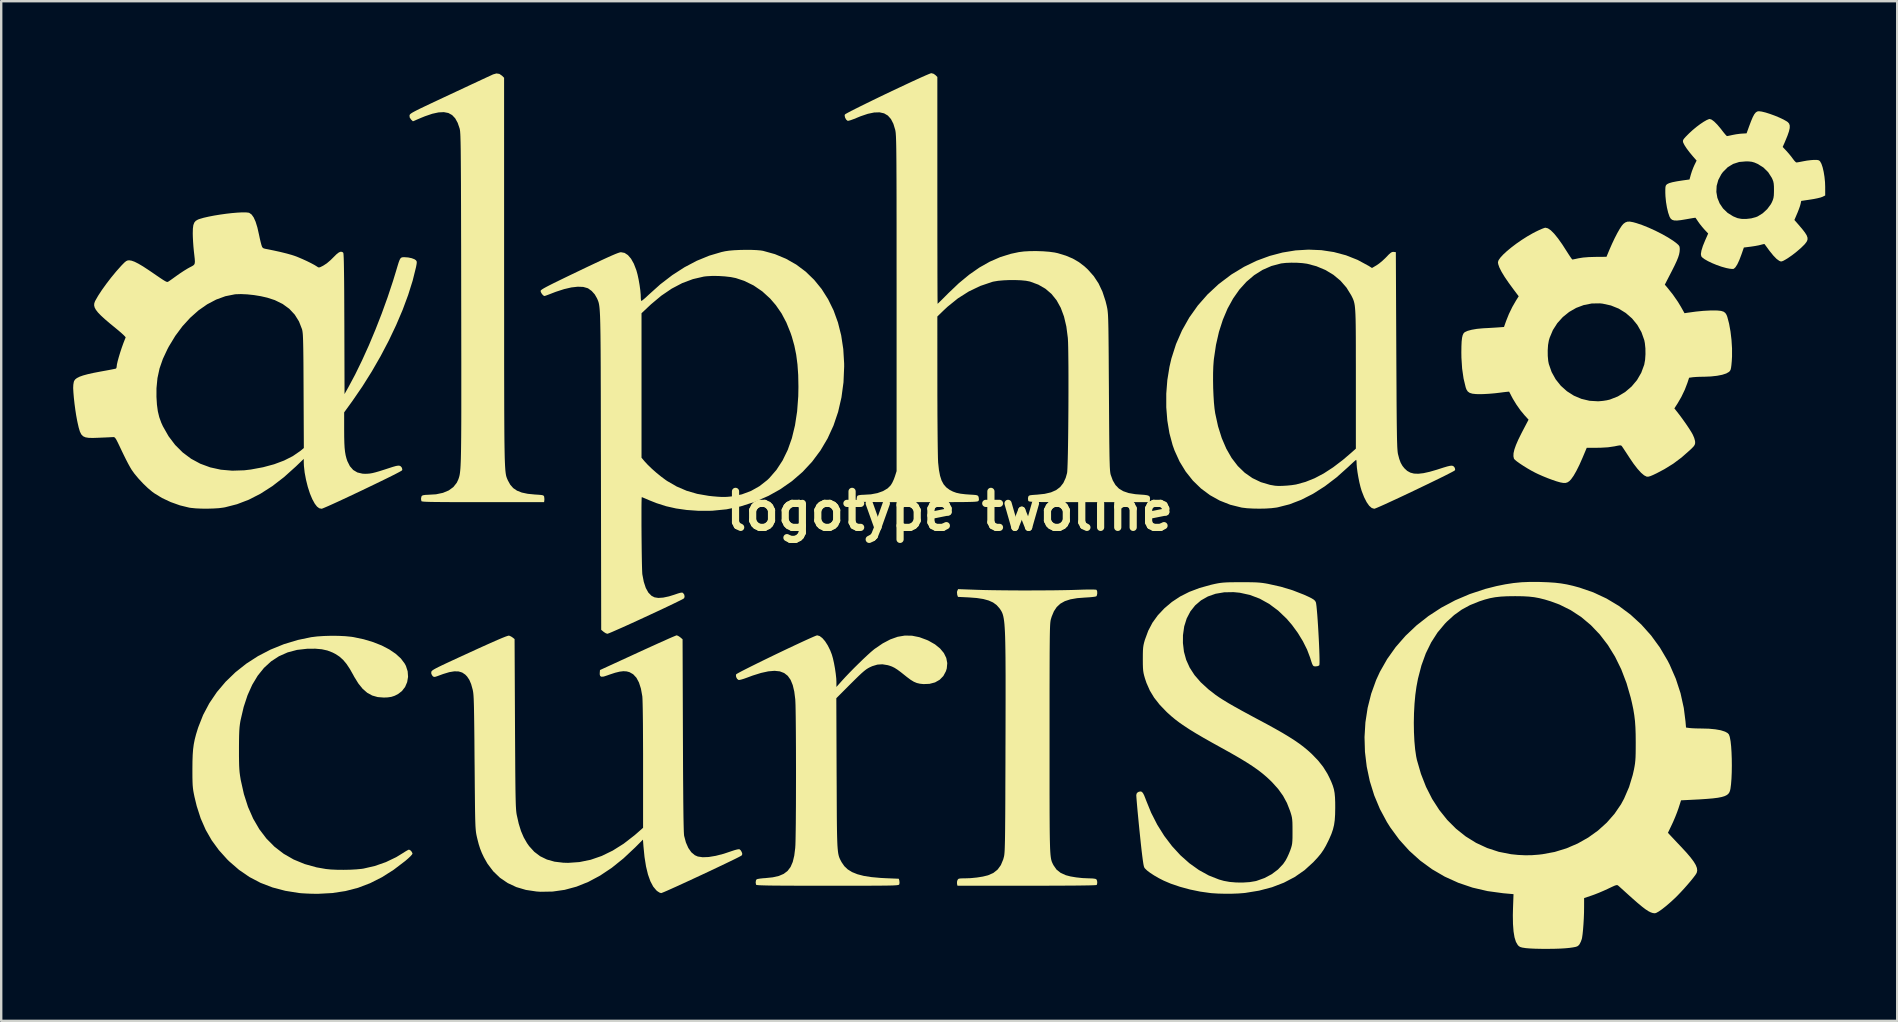
<source format=kicad_pcb>
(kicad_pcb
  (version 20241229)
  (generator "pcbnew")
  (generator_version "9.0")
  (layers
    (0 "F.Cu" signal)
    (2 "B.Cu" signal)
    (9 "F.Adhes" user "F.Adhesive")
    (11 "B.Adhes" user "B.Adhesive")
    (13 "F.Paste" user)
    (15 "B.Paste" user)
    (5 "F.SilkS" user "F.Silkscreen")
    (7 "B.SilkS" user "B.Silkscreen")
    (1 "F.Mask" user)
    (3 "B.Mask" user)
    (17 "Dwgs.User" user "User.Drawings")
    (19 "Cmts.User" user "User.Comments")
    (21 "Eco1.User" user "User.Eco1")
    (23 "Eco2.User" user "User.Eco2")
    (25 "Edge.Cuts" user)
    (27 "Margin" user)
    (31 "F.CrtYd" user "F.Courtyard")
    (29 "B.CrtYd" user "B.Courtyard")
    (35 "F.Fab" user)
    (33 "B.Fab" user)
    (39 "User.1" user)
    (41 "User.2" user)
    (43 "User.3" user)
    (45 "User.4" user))
  (footprint "logotype twoline"
    (layer "F.Cu")
    (at 36.53 18.249)
    (property "Reference" "logotype twoline" (at 0 0 0) (layer "F.SilkS") (effects (font (size 1.5 1.5) (thickness 0.3))))
    (attr board_only exclude_from_pos_files exclude_from_bom)
    (fp_poly (pts (xy -25.474 5.199) (xy -25.186 5.213) (xy -24.935 5.238) (xy -24.85 5.251) (xy -24.424 5.341) (xy -24.031 5.459) (xy -23.674 5.6) (xy -23.359 5.764) (xy -23.091 5.946) (xy -22.874 6.143) (xy -22.715 6.355) (xy -22.663 6.453) (xy -22.591 6.678) (xy -22.575 6.906) (xy -22.612 7.126) (xy -22.698 7.328) (xy -22.831 7.5) (xy -22.988 7.621) (xy -23.133 7.696) (xy -23.271 7.741) (xy -23.427 7.764) (xy -23.588 7.77) (xy -23.842 7.75) (xy -24.07 7.685) (xy -24.276 7.572) (xy -24.467 7.406) (xy -24.646 7.184) (xy -24.82 6.902) (xy -24.851 6.843) (xy -25 6.579) (xy -25.14 6.368) (xy -25.281 6.2) (xy -25.432 6.065) (xy -25.6 5.955) (xy -25.723 5.892) (xy -25.935 5.81) (xy -26.169 5.758) (xy -26.438 5.734) (xy -26.754 5.736) (xy -26.774 5.736) (xy -27.2 5.784) (xy -27.593 5.888) (xy -27.954 6.048) (xy -28.283 6.263) (xy -28.578 6.533) (xy -28.84 6.858) (xy -29.069 7.238) (xy -29.264 7.673) (xy -29.425 8.161) (xy -29.552 8.704) (xy -29.565 8.769) (xy -29.583 8.885) (xy -29.598 9.012) (xy -29.608 9.159) (xy -29.615 9.337) (xy -29.619 9.556) (xy -29.621 9.826) (xy -29.621 9.934) (xy -29.621 10.206) (xy -29.618 10.426) (xy -29.614 10.605) (xy -29.606 10.754) (xy -29.595 10.886) (xy -29.579 11.011) (xy -29.558 11.143) (xy -29.547 11.208) (xy -29.416 11.793) (xy -29.244 12.33) (xy -29.029 12.818) (xy -28.773 13.258) (xy -28.476 13.648) (xy -28.138 13.989) (xy -27.759 14.28) (xy -27.341 14.52) (xy -26.883 14.709) (xy -26.386 14.847) (xy -25.999 14.915) (xy -25.79 14.936) (xy -25.54 14.947) (xy -25.268 14.95) (xy -24.994 14.945) (xy -24.737 14.931) (xy -24.516 14.91) (xy -24.434 14.898) (xy -23.96 14.789) (xy -23.499 14.628) (xy -23.066 14.42) (xy -22.797 14.255) (xy -22.69 14.187) (xy -22.601 14.135) (xy -22.545 14.109) (xy -22.537 14.108) (xy -22.48 14.134) (xy -22.424 14.194) (xy -22.392 14.263) (xy -22.391 14.278) (xy -22.415 14.318) (xy -22.479 14.389) (xy -22.575 14.479) (xy -22.69 14.578) (xy -23.177 14.949) (xy -23.664 15.258) (xy -24.157 15.507) (xy -24.661 15.699) (xy -25.184 15.834) (xy -25.731 15.917) (xy -26.308 15.948) (xy -26.458 15.948) (xy -26.644 15.944) (xy -26.833 15.936) (xy -27.002 15.926) (xy -27.115 15.916) (xy -27.69 15.824) (xy -28.224 15.683) (xy -28.722 15.492) (xy -29.185 15.249) (xy -29.618 14.952) (xy -30.024 14.6) (xy -30.109 14.517) (xy -30.46 14.127) (xy -30.759 13.717) (xy -31.009 13.28) (xy -31.216 12.808) (xy -31.382 12.293) (xy -31.475 11.909) (xy -31.503 11.773) (xy -31.525 11.654) (xy -31.54 11.541) (xy -31.551 11.42) (xy -31.557 11.28) (xy -31.561 11.106) (xy -31.562 10.888) (xy -31.562 10.742) (xy -31.559 10.426) (xy -31.55 10.159) (xy -31.533 9.928) (xy -31.505 9.718) (xy -31.465 9.515) (xy -31.41 9.304) (xy -31.338 9.07) (xy -31.319 9.011) (xy -31.115 8.494) (xy -30.854 8.002) (xy -30.54 7.54) (xy -30.177 7.111) (xy -29.768 6.716) (xy -29.317 6.359) (xy -28.828 6.043) (xy -28.303 5.771) (xy -27.747 5.545) (xy -27.163 5.369) (xy -26.609 5.254) (xy -26.366 5.224) (xy -26.083 5.205) (xy -25.779 5.196)) (stroke (width 0) (type solid)) (fill yes) (layer "F.SilkS"))
    (fp_poly (pts (xy -18.77 -18.22) (xy -18.657 -18.142) (xy -18.651 -18.136) (xy -18.573 -18.058) (xy -18.572 -9.992) (xy -18.572 -9.123) (xy -18.571 -8.316) (xy -18.571 -7.57) (xy -18.571 -6.881) (xy -18.571 -6.247) (xy -18.57 -5.665) (xy -18.569 -5.134) (xy -18.568 -4.651) (xy -18.567 -4.213) (xy -18.565 -3.818) (xy -18.563 -3.463) (xy -18.561 -3.147) (xy -18.558 -2.866) (xy -18.554 -2.619) (xy -18.55 -2.403) (xy -18.546 -2.215) (xy -18.54 -2.053) (xy -18.534 -1.915) (xy -18.527 -1.798) (xy -18.52 -1.7) (xy -18.511 -1.618) (xy -18.502 -1.55) (xy -18.492 -1.494) (xy -18.481 -1.447) (xy -18.468 -1.407) (xy -18.455 -1.371) (xy -18.441 -1.337) (xy -18.425 -1.302) (xy -18.413 -1.274) (xy -18.315 -1.098) (xy -18.192 -0.958) (xy -18.034 -0.851) (xy -17.836 -0.773) (xy -17.59 -0.721) (xy -17.29 -0.691) (xy -17.27 -0.69) (xy -17.116 -0.68) (xy -17.014 -0.67) (xy -16.953 -0.657) (xy -16.921 -0.637) (xy -16.906 -0.608) (xy -16.903 -0.597) (xy -16.893 -0.503) (xy -16.896 -0.449) (xy -16.906 -0.374) (xy -19.454 -0.373) (xy -19.932 -0.373) (xy -20.35 -0.373) (xy -20.71 -0.374) (xy -21.017 -0.376) (xy -21.275 -0.378) (xy -21.487 -0.38) (xy -21.657 -0.383) (xy -21.79 -0.387) (xy -21.888 -0.392) (xy -21.956 -0.398) (xy -21.998 -0.405) (xy -22.016 -0.413) (xy -22.018 -0.415) (xy -22.035 -0.509) (xy -22.02 -0.6) (xy -21.996 -0.641) (xy -21.943 -0.662) (xy -21.845 -0.676) (xy -21.745 -0.68) (xy -21.409 -0.7) (xy -21.12 -0.761) (xy -20.878 -0.862) (xy -20.687 -1.002) (xy -20.546 -1.18) (xy -20.485 -1.309) (xy -20.47 -1.35) (xy -20.456 -1.391) (xy -20.443 -1.434) (xy -20.431 -1.482) (xy -20.42 -1.538) (xy -20.411 -1.603) (xy -20.402 -1.681) (xy -20.394 -1.775) (xy -20.387 -1.887) (xy -20.381 -2.019) (xy -20.375 -2.175) (xy -20.371 -2.357) (xy -20.367 -2.567) (xy -20.364 -2.809) (xy -20.361 -3.084) (xy -20.359 -3.396) (xy -20.357 -3.746) (xy -20.356 -4.139) (xy -20.356 -4.576) (xy -20.356 -5.06) (xy -20.356 -5.593) (xy -20.356 -6.179) (xy -20.357 -6.82) (xy -20.358 -7.518) (xy -20.359 -8.277) (xy -20.36 -8.866) (xy -20.361 -9.654) (xy -20.362 -10.381) (xy -20.363 -11.048) (xy -20.365 -11.658) (xy -20.366 -12.214) (xy -20.367 -12.718) (xy -20.369 -13.173) (xy -20.37 -13.582) (xy -20.372 -13.948) (xy -20.374 -14.272) (xy -20.376 -14.557) (xy -20.378 -14.807) (xy -20.38 -15.023) (xy -20.383 -15.209) (xy -20.386 -15.367) (xy -20.39 -15.5) (xy -20.393 -15.609) (xy -20.397 -15.699) (xy -20.402 -15.771) (xy -20.406 -15.828) (xy -20.412 -15.873) (xy -20.418 -15.908) (xy -20.424 -15.937) (xy -20.426 -15.945) (xy -20.508 -16.182) (xy -20.611 -16.369) (xy -20.739 -16.504) (xy -20.895 -16.59) (xy -21.083 -16.626) (xy -21.306 -16.615) (xy -21.567 -16.558) (xy -21.871 -16.454) (xy -22.026 -16.391) (xy -22.372 -16.244) (xy -22.448 -16.315) (xy -22.507 -16.404) (xy -22.514 -16.482) (xy -22.51 -16.503) (xy -22.5 -16.524) (xy -22.48 -16.547) (xy -22.444 -16.575) (xy -22.389 -16.61) (xy -22.309 -16.654) (xy -22.201 -16.71) (xy -22.06 -16.78) (xy -21.88 -16.866) (xy -21.659 -16.971) (xy -21.391 -17.097) (xy -21.072 -17.247) (xy -20.838 -17.356) (xy -20.526 -17.502) (xy -20.229 -17.641) (xy -19.952 -17.771) (xy -19.7 -17.888) (xy -19.48 -17.991) (xy -19.297 -18.076) (xy -19.157 -18.14) (xy -19.067 -18.182) (xy -19.036 -18.197) (xy -18.893 -18.238)) (stroke (width 0) (type solid)) (fill yes) (layer "F.SilkS"))
    (fp_poly (pts (xy 1.12 3.28) (xy 1.423 3.289) (xy 1.777 3.296) (xy 2.173 3.301) (xy 2.596 3.305) (xy 3.036 3.307) (xy 3.481 3.306) (xy 3.919 3.304) (xy 4.339 3.301) (xy 4.727 3.295) (xy 5.073 3.288) (xy 5.332 3.28) (xy 5.591 3.271) (xy 5.804 3.268) (xy 5.965 3.268) (xy 6.071 3.273) (xy 6.117 3.282) (xy 6.117 3.283) (xy 6.142 3.342) (xy 6.146 3.429) (xy 6.131 3.511) (xy 6.107 3.551) (xy 6.061 3.564) (xy 5.964 3.578) (xy 5.829 3.591) (xy 5.67 3.601) (xy 5.646 3.602) (xy 5.309 3.628) (xy 5.027 3.677) (xy 4.795 3.753) (xy 4.608 3.858) (xy 4.458 3.997) (xy 4.34 4.174) (xy 4.249 4.392) (xy 4.214 4.506) (xy 4.206 4.537) (xy 4.199 4.574) (xy 4.193 4.62) (xy 4.187 4.678) (xy 4.182 4.752) (xy 4.178 4.845) (xy 4.174 4.96) (xy 4.171 5.1) (xy 4.168 5.268) (xy 4.166 5.468) (xy 4.164 5.702) (xy 4.162 5.975) (xy 4.161 6.288) (xy 4.16 6.646) (xy 4.159 7.051) (xy 4.158 7.507) (xy 4.158 8.017) (xy 4.158 8.584) (xy 4.158 9.211) (xy 4.158 9.481) (xy 4.158 10.141) (xy 4.158 10.741) (xy 4.158 11.282) (xy 4.158 11.768) (xy 4.159 12.202) (xy 4.16 12.588) (xy 4.162 12.928) (xy 4.164 13.225) (xy 4.167 13.484) (xy 4.171 13.707) (xy 4.176 13.897) (xy 4.181 14.058) (xy 4.188 14.192) (xy 4.196 14.303) (xy 4.206 14.395) (xy 4.217 14.47) (xy 4.229 14.531) (xy 4.243 14.582) (xy 4.259 14.627) (xy 4.277 14.667) (xy 4.296 14.707) (xy 4.318 14.749) (xy 4.323 14.759) (xy 4.448 14.939) (xy 4.625 15.079) (xy 4.836 15.174) (xy 5.032 15.225) (xy 5.27 15.265) (xy 5.529 15.293) (xy 5.786 15.304) (xy 5.825 15.305) (xy 5.963 15.31) (xy 6.063 15.324) (xy 6.109 15.344) (xy 6.139 15.409) (xy 6.146 15.498) (xy 6.127 15.573) (xy 6.123 15.58) (xy 6.086 15.586) (xy 5.985 15.592) (xy 5.821 15.597) (xy 5.594 15.601) (xy 5.306 15.605) (xy 4.957 15.607) (xy 4.548 15.61) (xy 4.079 15.611) (xy 3.552 15.612) (xy 3.21 15.612) (xy 0.321 15.612) (xy 0.302 15.537) (xy 0.301 15.449) (xy 0.319 15.383) (xy 0.342 15.344) (xy 0.375 15.32) (xy 0.436 15.309) (xy 0.538 15.305) (xy 0.607 15.305) (xy 0.868 15.296) (xy 1.132 15.27) (xy 1.376 15.231) (xy 1.581 15.181) (xy 1.603 15.174) (xy 1.821 15.076) (xy 1.995 14.937) (xy 2.129 14.752) (xy 2.227 14.517) (xy 2.256 14.41) (xy 2.264 14.375) (xy 2.271 14.331) (xy 2.277 14.277) (xy 2.283 14.208) (xy 2.288 14.121) (xy 2.292 14.013) (xy 2.296 13.881) (xy 2.3 13.722) (xy 2.303 13.532) (xy 2.306 13.307) (xy 2.308 13.045) (xy 2.311 12.743) (xy 2.313 12.396) (xy 2.315 12.002) (xy 2.316 11.557) (xy 2.318 11.059) (xy 2.32 10.503) (xy 2.321 9.886) (xy 2.322 9.707) (xy 2.324 9.022) (xy 2.325 8.398) (xy 2.326 7.833) (xy 2.326 7.323) (xy 2.326 6.866) (xy 2.324 6.457) (xy 2.322 6.094) (xy 2.318 5.775) (xy 2.313 5.495) (xy 2.307 5.251) (xy 2.299 5.041) (xy 2.289 4.861) (xy 2.278 4.709) (xy 2.264 4.58) (xy 2.248 4.473) (xy 2.23 4.383) (xy 2.21 4.308) (xy 2.187 4.244) (xy 2.161 4.189) (xy 2.132 4.139) (xy 2.101 4.092) (xy 2.07 4.048) (xy 1.951 3.915) (xy 1.804 3.808) (xy 1.622 3.726) (xy 1.398 3.664) (xy 1.125 3.622) (xy 0.796 3.597) (xy 0.777 3.596) (xy 0.341 3.575) (xy 0.31 3.488) (xy 0.299 3.372) (xy 0.313 3.326) (xy 0.347 3.252)) (stroke (width 0) (type solid)) (fill yes) (layer "F.SilkS"))
    (fp_poly (pts (xy -5.422 5.207) (xy -5.31 5.292) (xy -5.196 5.424) (xy -5.085 5.597) (xy -4.983 5.802) (xy -4.915 5.977) (xy -4.87 6.134) (xy -4.825 6.334) (xy -4.784 6.556) (xy -4.752 6.777) (xy -4.73 6.977) (xy -4.724 7.114) (xy -4.724 7.329) (xy -4.493 7.07) (xy -4.347 6.911) (xy -4.177 6.733) (xy -3.993 6.545) (xy -3.802 6.357) (xy -3.616 6.176) (xy -3.442 6.013) (xy -3.29 5.875) (xy -3.169 5.773) (xy -3.13 5.742) (xy -2.796 5.514) (xy -2.479 5.347) (xy -2.173 5.238) (xy -1.872 5.187) (xy -1.572 5.193) (xy -1.265 5.255) (xy -0.947 5.373) (xy -0.882 5.403) (xy -0.616 5.554) (xy -0.404 5.726) (xy -0.246 5.916) (xy -0.146 6.12) (xy -0.105 6.335) (xy -0.125 6.557) (xy -0.161 6.673) (xy -0.268 6.873) (xy -0.421 7.029) (xy -0.615 7.139) (xy -0.844 7.199) (xy -1.096 7.209) (xy -1.246 7.193) (xy -1.375 7.163) (xy -1.5 7.11) (xy -1.634 7.028) (xy -1.792 6.91) (xy -1.868 6.849) (xy -2.044 6.709) (xy -2.184 6.606) (xy -2.302 6.531) (xy -2.41 6.478) (xy -2.521 6.439) (xy -2.587 6.42) (xy -2.808 6.384) (xy -3.016 6.397) (xy -3.23 6.462) (xy -3.332 6.508) (xy -3.407 6.548) (xy -3.484 6.598) (xy -3.569 6.664) (xy -3.672 6.753) (xy -3.798 6.871) (xy -3.954 7.024) (xy -4.136 7.204) (xy -4.728 7.798) (xy -4.716 10.929) (xy -4.713 11.466) (xy -4.711 11.943) (xy -4.709 12.363) (xy -4.707 12.731) (xy -4.704 13.05) (xy -4.7 13.325) (xy -4.695 13.559) (xy -4.689 13.757) (xy -4.682 13.923) (xy -4.672 14.06) (xy -4.661 14.173) (xy -4.648 14.266) (xy -4.632 14.343) (xy -4.614 14.408) (xy -4.592 14.465) (xy -4.568 14.517) (xy -4.541 14.57) (xy -4.51 14.627) (xy -4.507 14.633) (xy -4.396 14.795) (xy -4.253 14.931) (xy -4.073 15.043) (xy -3.85 15.133) (xy -3.581 15.203) (xy -3.26 15.253) (xy -2.883 15.287) (xy -2.678 15.298) (xy -2.124 15.321) (xy -2.102 15.402) (xy -2.094 15.49) (xy -2.103 15.548) (xy -2.108 15.559) (xy -2.117 15.568) (xy -2.134 15.577) (xy -2.163 15.584) (xy -2.209 15.59) (xy -2.274 15.595) (xy -2.362 15.6) (xy -2.479 15.603) (xy -2.627 15.606) (xy -2.811 15.608) (xy -3.035 15.61) (xy -3.302 15.611) (xy -3.616 15.611) (xy -3.982 15.612) (xy -4.403 15.612) (xy -4.883 15.612) (xy -5.091 15.612) (xy -5.609 15.612) (xy -6.066 15.612) (xy -6.465 15.611) (xy -6.81 15.609) (xy -7.105 15.608) (xy -7.353 15.606) (xy -7.557 15.603) (xy -7.722 15.599) (xy -7.85 15.595) (xy -7.945 15.591) (xy -8.012 15.585) (xy -8.052 15.579) (xy -8.071 15.571) (xy -8.073 15.569) (xy -8.089 15.479) (xy -8.077 15.392) (xy -8.049 15.345) (xy -8.001 15.33) (xy -7.904 15.314) (xy -7.775 15.3) (xy -7.685 15.294) (xy -7.378 15.262) (xy -7.125 15.205) (xy -6.921 15.118) (xy -6.759 14.995) (xy -6.635 14.831) (xy -6.544 14.621) (xy -6.481 14.359) (xy -6.441 14.041) (xy -6.439 14.012) (xy -6.433 13.911) (xy -6.428 13.751) (xy -6.424 13.539) (xy -6.42 13.281) (xy -6.416 12.983) (xy -6.414 12.652) (xy -6.411 12.294) (xy -6.41 11.914) (xy -6.409 11.519) (xy -6.408 11.116) (xy -6.408 10.709) (xy -6.409 10.306) (xy -6.41 9.912) (xy -6.412 9.534) (xy -6.414 9.177) (xy -6.417 8.849) (xy -6.42 8.555) (xy -6.424 8.301) (xy -6.428 8.093) (xy -6.434 7.938) (xy -6.439 7.843) (xy -6.48 7.52) (xy -6.544 7.251) (xy -6.633 7.033) (xy -6.751 6.866) (xy -6.9 6.749) (xy -7.082 6.679) (xy -7.302 6.656) (xy -7.562 6.678) (xy -7.864 6.744) (xy -8.213 6.853) (xy -8.453 6.942) (xy -8.585 6.989) (xy -8.699 7.023) (xy -8.778 7.038) (xy -8.801 7.038) (xy -8.862 6.991) (xy -8.903 6.912) (xy -8.911 6.831) (xy -8.902 6.803) (xy -8.867 6.778) (xy -8.78 6.729) (xy -8.647 6.658) (xy -8.474 6.57) (xy -8.269 6.467) (xy -8.037 6.352) (xy -7.785 6.228) (xy -7.52 6.099) (xy -7.247 5.967) (xy -6.973 5.836) (xy -6.705 5.708) (xy -6.449 5.588) (xy -6.211 5.477) (xy -5.999 5.379) (xy -5.817 5.297) (xy -5.674 5.234) (xy -5.575 5.193) (xy -5.526 5.178) (xy -5.525 5.178)) (stroke (width 0) (type solid)) (fill yes) (layer "F.SilkS"))
    (fp_poly (pts (xy 15.485 -10.874) (xy 16.006 -10.795) (xy 16.512 -10.66) (xy 16.996 -10.468) (xy 17.454 -10.22) (xy 17.475 -10.207) (xy 17.595 -10.131) (xy 17.785 -10.243) (xy 17.895 -10.319) (xy 18.025 -10.426) (xy 18.151 -10.544) (xy 18.189 -10.583) (xy 18.294 -10.692) (xy 18.369 -10.759) (xy 18.426 -10.793) (xy 18.475 -10.803) (xy 18.497 -10.801) (xy 18.589 -10.791) (xy 18.608 -6.698) (xy 18.611 -6.089) (xy 18.614 -5.542) (xy 18.617 -5.052) (xy 18.619 -4.617) (xy 18.622 -4.233) (xy 18.625 -3.897) (xy 18.628 -3.605) (xy 18.632 -3.354) (xy 18.635 -3.14) (xy 18.639 -2.96) (xy 18.644 -2.811) (xy 18.648 -2.689) (xy 18.654 -2.591) (xy 18.66 -2.513) (xy 18.666 -2.452) (xy 18.673 -2.405) (xy 18.678 -2.378) (xy 18.732 -2.172) (xy 18.791 -2.014) (xy 18.865 -1.884) (xy 18.948 -1.781) (xy 19.063 -1.675) (xy 19.194 -1.603) (xy 19.346 -1.563) (xy 19.526 -1.556) (xy 19.742 -1.581) (xy 19.999 -1.638) (xy 20.305 -1.727) (xy 20.378 -1.751) (xy 20.581 -1.816) (xy 20.733 -1.861) (xy 20.842 -1.886) (xy 20.919 -1.893) (xy 20.971 -1.881) (xy 21.01 -1.851) (xy 21.044 -1.804) (xy 21.046 -1.802) (xy 21.061 -1.729) (xy 21.048 -1.698) (xy 21.012 -1.673) (xy 20.924 -1.625) (xy 20.791 -1.556) (xy 20.618 -1.468) (xy 20.412 -1.366) (xy 20.179 -1.253) (xy 19.927 -1.13) (xy 19.662 -1.003) (xy 19.389 -0.872) (xy 19.116 -0.742) (xy 18.849 -0.616) (xy 18.594 -0.497) (xy 18.358 -0.388) (xy 18.148 -0.291) (xy 17.969 -0.211) (xy 17.829 -0.15) (xy 17.733 -0.111) (xy 17.689 -0.097) (xy 17.689 -0.097) (xy 17.585 -0.129) (xy 17.478 -0.222) (xy 17.372 -0.373) (xy 17.267 -0.579) (xy 17.166 -0.837) (xy 17.162 -0.85) (xy 17.116 -1.006) (xy 17.069 -1.199) (xy 17.027 -1.411) (xy 16.991 -1.621) (xy 16.966 -1.81) (xy 16.955 -1.959) (xy 16.955 -1.977) (xy 16.951 -2.068) (xy 16.942 -2.126) (xy 16.935 -2.136) (xy 16.905 -2.114) (xy 16.838 -2.057) (xy 16.744 -1.97) (xy 16.63 -1.864) (xy 16.605 -1.84) (xy 16.119 -1.406) (xy 15.629 -1.033) (xy 15.137 -0.72) (xy 14.646 -0.47) (xy 14.156 -0.282) (xy 13.669 -0.158) (xy 13.61 -0.147) (xy 13.407 -0.122) (xy 13.162 -0.106) (xy 12.897 -0.101) (xy 12.63 -0.106) (xy 12.383 -0.12) (xy 12.177 -0.145) (xy 12.155 -0.149) (xy 11.688 -0.265) (xy 11.25 -0.438) (xy 10.842 -0.665) (xy 10.467 -0.944) (xy 10.13 -1.272) (xy 9.832 -1.647) (xy 9.577 -2.064) (xy 9.368 -2.522) (xy 9.286 -2.752) (xy 9.154 -3.245) (xy 9.066 -3.774) (xy 9.022 -4.327) (xy 9.022 -4.892) (xy 9.065 -5.445) (xy 10.972 -5.445) (xy 10.977 -5.129) (xy 10.99 -4.818) (xy 11.008 -4.527) (xy 11.033 -4.271) (xy 11.061 -4.077) (xy 11.18 -3.533) (xy 11.335 -3.04) (xy 11.524 -2.6) (xy 11.746 -2.213) (xy 12.002 -1.879) (xy 12.291 -1.599) (xy 12.612 -1.375) (xy 12.964 -1.206) (xy 13.347 -1.093) (xy 13.557 -1.057) (xy 13.691 -1.048) (xy 13.866 -1.051) (xy 14.061 -1.063) (xy 14.254 -1.082) (xy 14.423 -1.108) (xy 14.45 -1.114) (xy 14.825 -1.217) (xy 15.202 -1.368) (xy 15.584 -1.569) (xy 15.976 -1.824) (xy 16.383 -2.134) (xy 16.704 -2.408) (xy 16.923 -2.602) (xy 16.923 -5.511) (xy 16.923 -6.027) (xy 16.922 -6.483) (xy 16.922 -6.882) (xy 16.921 -7.23) (xy 16.919 -7.53) (xy 16.916 -7.786) (xy 16.912 -8.004) (xy 16.906 -8.186) (xy 16.898 -8.338) (xy 16.888 -8.464) (xy 16.877 -8.568) (xy 16.862 -8.653) (xy 16.845 -8.725) (xy 16.825 -8.788) (xy 16.802 -8.846) (xy 16.775 -8.903) (xy 16.744 -8.963) (xy 16.73 -8.993) (xy 16.531 -9.315) (xy 16.282 -9.601) (xy 15.987 -9.847) (xy 15.65 -10.049) (xy 15.277 -10.205) (xy 14.889 -10.308) (xy 14.698 -10.334) (xy 14.471 -10.349) (xy 14.232 -10.352) (xy 14.005 -10.343) (xy 13.816 -10.322) (xy 13.8 -10.319) (xy 13.404 -10.214) (xy 13.031 -10.05) (xy 12.683 -9.83) (xy 12.362 -9.556) (xy 12.069 -9.232) (xy 11.807 -8.858) (xy 11.576 -8.439) (xy 11.38 -7.975) (xy 11.218 -7.471) (xy 11.094 -6.928) (xy 11.008 -6.348) (xy 10.999 -6.265) (xy 10.982 -6.028) (xy 10.973 -5.749) (xy 10.972 -5.445) (xy 9.065 -5.445) (xy 9.066 -5.459) (xy 9.156 -6.014) (xy 9.236 -6.358) (xy 9.428 -6.958) (xy 9.677 -7.528) (xy 9.98 -8.065) (xy 10.337 -8.568) (xy 10.746 -9.033) (xy 11.205 -9.459) (xy 11.713 -9.843) (xy 11.758 -9.874) (xy 12.266 -10.181) (xy 12.79 -10.434) (xy 13.325 -10.632) (xy 13.866 -10.775) (xy 14.41 -10.864) (xy 14.951 -10.896)) (stroke (width 0) (type solid)) (fill yes) (layer "F.SilkS"))
    (fp_poly (pts (xy -11.325 5.197) (xy -11.249 5.246) (xy -11.232 5.259) (xy -11.135 5.341) (xy -11.121 9.344) (xy -11.118 10.009) (xy -11.116 10.61) (xy -11.113 11.15) (xy -11.109 11.631) (xy -11.106 12.053) (xy -11.102 12.419) (xy -11.098 12.731) (xy -11.093 12.989) (xy -11.088 13.196) (xy -11.083 13.354) (xy -11.077 13.463) (xy -11.071 13.526) (xy -11.07 13.533) (xy -10.996 13.81) (xy -10.895 14.039) (xy -10.771 14.217) (xy -10.625 14.34) (xy -10.5 14.395) (xy -10.296 14.425) (xy -10.046 14.415) (xy -9.752 14.366) (xy -9.419 14.28) (xy -9.092 14.17) (xy -8.965 14.128) (xy -8.856 14.1) (xy -8.783 14.09) (xy -8.768 14.091) (xy -8.716 14.132) (xy -8.671 14.206) (xy -8.67 14.208) (xy -8.647 14.283) (xy -8.658 14.331) (xy -8.676 14.352) (xy -8.716 14.377) (xy -8.808 14.426) (xy -8.946 14.495) (xy -9.123 14.581) (xy -9.332 14.682) (xy -9.567 14.794) (xy -9.821 14.915) (xy -10.088 15.041) (xy -10.362 15.169) (xy -10.635 15.296) (xy -10.902 15.42) (xy -11.155 15.536) (xy -11.388 15.643) (xy -11.595 15.736) (xy -11.769 15.814) (xy -11.904 15.872) (xy -11.993 15.908) (xy -12.029 15.919) (xy -12.094 15.899) (xy -12.179 15.845) (xy -12.226 15.807) (xy -12.359 15.648) (xy -12.476 15.427) (xy -12.576 15.147) (xy -12.658 14.809) (xy -12.721 14.414) (xy -12.765 13.971) (xy -12.786 13.69) (xy -13.116 14.021) (xy -13.6 14.475) (xy -14.085 14.865) (xy -14.572 15.19) (xy -15.062 15.452) (xy -15.554 15.65) (xy -16.05 15.784) (xy -16.55 15.855) (xy -17.055 15.864) (xy -17.225 15.852) (xy -17.662 15.787) (xy -18.062 15.669) (xy -18.423 15.5) (xy -18.745 15.28) (xy -19.026 15.01) (xy -19.267 14.69) (xy -19.413 14.431) (xy -19.5 14.247) (xy -19.57 14.071) (xy -19.63 13.884) (xy -19.687 13.662) (xy -19.713 13.55) (xy -19.725 13.495) (xy -19.735 13.439) (xy -19.744 13.379) (xy -19.752 13.308) (xy -19.759 13.224) (xy -19.766 13.121) (xy -19.771 12.995) (xy -19.776 12.842) (xy -19.78 12.656) (xy -19.784 12.434) (xy -19.787 12.172) (xy -19.79 11.863) (xy -19.794 11.505) (xy -19.797 11.093) (xy -19.801 10.621) (xy -19.803 10.467) (xy -19.807 9.972) (xy -19.81 9.537) (xy -19.814 9.158) (xy -19.818 8.831) (xy -19.822 8.551) (xy -19.826 8.314) (xy -19.83 8.116) (xy -19.835 7.952) (xy -19.84 7.819) (xy -19.846 7.711) (xy -19.853 7.624) (xy -19.861 7.554) (xy -19.87 7.497) (xy -19.88 7.449) (xy -19.881 7.444) (xy -19.945 7.213) (xy -20.021 7.033) (xy -20.115 6.893) (xy -20.191 6.814) (xy -20.318 6.728) (xy -20.467 6.682) (xy -20.646 6.677) (xy -20.859 6.712) (xy -21.113 6.789) (xy -21.236 6.834) (xy -21.36 6.88) (xy -21.44 6.905) (xy -21.489 6.91) (xy -21.524 6.896) (xy -21.553 6.873) (xy -21.605 6.785) (xy -21.608 6.718) (xy -21.604 6.696) (xy -21.595 6.675) (xy -21.574 6.652) (xy -21.539 6.624) (xy -21.484 6.59) (xy -21.404 6.546) (xy -21.295 6.491) (xy -21.153 6.422) (xy -20.971 6.336) (xy -20.747 6.232) (xy -20.475 6.106) (xy -20.15 5.957) (xy -20.019 5.897) (xy -19.64 5.723) (xy -19.317 5.577) (xy -19.046 5.456) (xy -18.824 5.359) (xy -18.65 5.285) (xy -18.519 5.233) (xy -18.429 5.202) (xy -18.376 5.189) (xy -18.364 5.19) (xy -18.283 5.225) (xy -18.213 5.271) (xy -18.136 5.333) (xy -18.119 8.855) (xy -18.116 9.414) (xy -18.113 9.912) (xy -18.11 10.353) (xy -18.108 10.741) (xy -18.105 11.08) (xy -18.102 11.374) (xy -18.099 11.625) (xy -18.095 11.839) (xy -18.091 12.02) (xy -18.087 12.17) (xy -18.082 12.294) (xy -18.076 12.396) (xy -18.07 12.48) (xy -18.063 12.549) (xy -18.055 12.607) (xy -18.046 12.658) (xy -18.044 12.668) (xy -17.963 13.027) (xy -17.868 13.334) (xy -17.754 13.599) (xy -17.618 13.836) (xy -17.529 13.962) (xy -17.315 14.198) (xy -17.07 14.383) (xy -16.789 14.52) (xy -16.469 14.61) (xy -16.107 14.653) (xy -15.903 14.659) (xy -15.432 14.626) (xy -14.966 14.531) (xy -14.504 14.371) (xy -14.046 14.148) (xy -13.59 13.861) (xy -13.137 13.51) (xy -13.034 13.421) (xy -12.781 13.198) (xy -12.781 10.581) (xy -12.781 10.09) (xy -12.783 9.634) (xy -12.785 9.218) (xy -12.787 8.845) (xy -12.791 8.518) (xy -12.795 8.24) (xy -12.8 8.016) (xy -12.805 7.848) (xy -12.811 7.739) (xy -12.814 7.711) (xy -12.871 7.397) (xy -12.953 7.142) (xy -13.06 6.943) (xy -13.194 6.799) (xy -13.347 6.712) (xy -13.467 6.68) (xy -13.6 6.672) (xy -13.755 6.69) (xy -13.944 6.736) (xy -14.175 6.812) (xy -14.278 6.849) (xy -14.421 6.895) (xy -14.516 6.903) (xy -14.569 6.873) (xy -14.588 6.801) (xy -14.586 6.737) (xy -14.577 6.624) (xy -13.007 5.902) (xy -12.708 5.765) (xy -12.425 5.636) (xy -12.165 5.518) (xy -11.932 5.414) (xy -11.734 5.325) (xy -11.574 5.255) (xy -11.459 5.207) (xy -11.395 5.181) (xy -11.384 5.178)) (stroke (width 0) (type solid)) (fill yes) (layer "F.SilkS"))
    (fp_poly (pts (xy 33.836 -16.649) (xy 33.997 -16.61) (xy 34.183 -16.551) (xy 34.38 -16.479) (xy 34.571 -16.4) (xy 34.742 -16.319) (xy 34.877 -16.242) (xy 34.923 -16.21) (xy 34.977 -16.149) (xy 35.004 -16.069) (xy 35.003 -15.963) (xy 34.971 -15.823) (xy 34.909 -15.643) (xy 34.815 -15.415) (xy 34.799 -15.377) (xy 34.71 -15.175) (xy 34.87 -15.005) (xy 34.97 -14.892) (xy 35.07 -14.769) (xy 35.134 -14.682) (xy 35.199 -14.598) (xy 35.256 -14.542) (xy 35.284 -14.528) (xy 35.337 -14.535) (xy 35.432 -14.552) (xy 35.552 -14.575) (xy 35.566 -14.578) (xy 35.721 -14.606) (xy 35.886 -14.626) (xy 36.008 -14.635) (xy 36.126 -14.635) (xy 36.198 -14.624) (xy 36.246 -14.597) (xy 36.271 -14.57) (xy 36.325 -14.472) (xy 36.375 -14.324) (xy 36.418 -14.138) (xy 36.452 -13.929) (xy 36.474 -13.711) (xy 36.481 -13.525) (xy 36.482 -13.153) (xy 36.365 -13.096) (xy 36.286 -13.068) (xy 36.161 -13.037) (xy 36.008 -13.006) (xy 35.865 -12.983) (xy 35.482 -12.926) (xy 35.455 -12.799) (xy 35.43 -12.709) (xy 35.386 -12.584) (xy 35.332 -12.445) (xy 35.313 -12.401) (xy 35.198 -12.132) (xy 35.374 -11.931) (xy 35.529 -11.748) (xy 35.641 -11.603) (xy 35.713 -11.486) (xy 35.746 -11.389) (xy 35.743 -11.304) (xy 35.707 -11.222) (xy 35.64 -11.135) (xy 35.617 -11.109) (xy 35.475 -10.969) (xy 35.299 -10.817) (xy 35.109 -10.668) (xy 34.926 -10.541) (xy 34.836 -10.486) (xy 34.737 -10.431) (xy 34.672 -10.406) (xy 34.623 -10.406) (xy 34.57 -10.428) (xy 34.564 -10.431) (xy 34.454 -10.511) (xy 34.319 -10.65) (xy 34.161 -10.846) (xy 34.104 -10.923) (xy 34.035 -11.018) (xy 33.981 -11.09) (xy 33.954 -11.127) (xy 33.953 -11.128) (xy 33.919 -11.127) (xy 33.845 -11.11) (xy 33.805 -11.099) (xy 33.708 -11.075) (xy 33.571 -11.049) (xy 33.421 -11.026) (xy 33.38 -11.02) (xy 33.092 -10.984) (xy 32.991 -10.693) (xy 32.903 -10.462) (xy 32.82 -10.284) (xy 32.742 -10.162) (xy 32.674 -10.099) (xy 32.664 -10.095) (xy 32.602 -10.091) (xy 32.499 -10.102) (xy 32.375 -10.126) (xy 32.357 -10.13) (xy 32.16 -10.185) (xy 31.961 -10.255) (xy 31.769 -10.334) (xy 31.596 -10.417) (xy 31.455 -10.498) (xy 31.356 -10.572) (xy 31.318 -10.619) (xy 31.301 -10.712) (xy 31.324 -10.856) (xy 31.384 -11.05) (xy 31.478 -11.28) (xy 31.605 -11.568) (xy 31.453 -11.729) (xy 31.353 -11.844) (xy 31.252 -11.971) (xy 31.193 -12.053) (xy 31.135 -12.14) (xy 31.092 -12.202) (xy 31.078 -12.224) (xy 31.045 -12.222) (xy 30.962 -12.21) (xy 30.84 -12.189) (xy 30.692 -12.163) (xy 30.687 -12.162) (xy 30.472 -12.126) (xy 30.31 -12.109) (xy 30.191 -12.112) (xy 30.106 -12.137) (xy 30.046 -12.185) (xy 30.001 -12.258) (xy 29.994 -12.273) (xy 29.937 -12.439) (xy 29.887 -12.649) (xy 29.848 -12.882) (xy 29.825 -13.118) (xy 29.819 -13.262) (xy 29.819 -13.3) (xy 31.946 -13.3) (xy 31.988 -13.055) (xy 32.082 -12.823) (xy 32.224 -12.612) (xy 32.412 -12.43) (xy 32.643 -12.285) (xy 32.826 -12.209) (xy 32.993 -12.177) (xy 33.192 -12.175) (xy 33.4 -12.199) (xy 33.591 -12.25) (xy 33.668 -12.281) (xy 33.878 -12.411) (xy 34.066 -12.585) (xy 34.215 -12.786) (xy 34.26 -12.87) (xy 34.301 -12.967) (xy 34.327 -13.055) (xy 34.341 -13.156) (xy 34.346 -13.289) (xy 34.347 -13.379) (xy 34.345 -13.536) (xy 34.336 -13.649) (xy 34.318 -13.738) (xy 34.286 -13.823) (xy 34.256 -13.888) (xy 34.105 -14.124) (xy 33.905 -14.32) (xy 33.667 -14.468) (xy 33.66 -14.471) (xy 33.533 -14.526) (xy 33.423 -14.557) (xy 33.3 -14.571) (xy 33.184 -14.574) (xy 32.897 -14.549) (xy 32.641 -14.466) (xy 32.416 -14.327) (xy 32.221 -14.131) (xy 32.155 -14.042) (xy 32.027 -13.801) (xy 31.958 -13.552) (xy 31.946 -13.3) (xy 29.819 -13.3) (xy 29.819 -13.405) (xy 29.824 -13.498) (xy 29.836 -13.556) (xy 29.86 -13.594) (xy 29.898 -13.627) (xy 29.9 -13.628) (xy 29.977 -13.666) (xy 30.108 -13.704) (xy 30.298 -13.742) (xy 30.548 -13.781) (xy 30.678 -13.799) (xy 30.827 -13.819) (xy 30.882 -14.02) (xy 30.928 -14.166) (xy 30.989 -14.324) (xy 31.029 -14.414) (xy 31.123 -14.607) (xy 30.971 -14.78) (xy 30.825 -14.956) (xy 30.704 -15.117) (xy 30.615 -15.255) (xy 30.564 -15.359) (xy 30.558 -15.381) (xy 30.553 -15.424) (xy 30.563 -15.467) (xy 30.598 -15.52) (xy 30.662 -15.593) (xy 30.765 -15.697) (xy 30.81 -15.742) (xy 30.955 -15.876) (xy 31.111 -16.006) (xy 31.268 -16.124) (xy 31.416 -16.223) (xy 31.543 -16.296) (xy 31.638 -16.335) (xy 31.669 -16.34) (xy 31.75 -16.313) (xy 31.857 -16.233) (xy 31.984 -16.106) (xy 32.127 -15.937) (xy 32.18 -15.867) (xy 32.262 -15.763) (xy 32.331 -15.681) (xy 32.377 -15.635) (xy 32.389 -15.628) (xy 32.433 -15.635) (xy 32.521 -15.653) (xy 32.622 -15.675) (xy 32.769 -15.703) (xy 32.928 -15.724) (xy 33.016 -15.731) (xy 33.205 -15.742) (xy 33.312 -16.037) (xy 33.395 -16.257) (xy 33.465 -16.422) (xy 33.528 -16.538) (xy 33.588 -16.612) (xy 33.649 -16.652) (xy 33.716 -16.664) (xy 33.717 -16.664)) (stroke (width 0) (type solid)) (fill yes) (layer "F.SilkS"))
    (fp_poly (pts (xy 12.393 2.963) (xy 12.601 2.966) (xy 12.769 2.971) (xy 12.911 2.981) (xy 13.039 2.995) (xy 13.165 3.014) (xy 13.267 3.033) (xy 13.8 3.152) (xy 14.291 3.301) (xy 14.761 3.484) (xy 14.944 3.567) (xy 15.08 3.635) (xy 15.169 3.69) (xy 15.223 3.741) (xy 15.255 3.797) (xy 15.268 3.857) (xy 15.283 3.97) (xy 15.298 4.129) (xy 15.315 4.324) (xy 15.331 4.546) (xy 15.347 4.788) (xy 15.362 5.041) (xy 15.376 5.296) (xy 15.388 5.545) (xy 15.398 5.779) (xy 15.405 5.99) (xy 15.409 6.169) (xy 15.409 6.307) (xy 15.405 6.396) (xy 15.398 6.427) (xy 15.343 6.458) (xy 15.257 6.471) (xy 15.252 6.471) (xy 15.2 6.47) (xy 15.161 6.458) (xy 15.131 6.426) (xy 15.1 6.363) (xy 15.064 6.259) (xy 15.016 6.104) (xy 15.015 6.101) (xy 14.889 5.769) (xy 14.715 5.422) (xy 14.504 5.076) (xy 14.263 4.746) (xy 14.038 4.484) (xy 13.683 4.145) (xy 13.309 3.867) (xy 12.918 3.65) (xy 12.51 3.495) (xy 12.087 3.402) (xy 11.826 3.377) (xy 11.435 3.384) (xy 11.077 3.445) (xy 10.755 3.558) (xy 10.47 3.72) (xy 10.227 3.928) (xy 10.027 4.18) (xy 9.874 4.473) (xy 9.77 4.804) (xy 9.718 5.17) (xy 9.716 5.499) (xy 9.759 5.862) (xy 9.853 6.202) (xy 9.999 6.525) (xy 10.199 6.834) (xy 10.458 7.133) (xy 10.777 7.426) (xy 11.066 7.651) (xy 11.215 7.755) (xy 11.394 7.87) (xy 11.606 7.999) (xy 11.858 8.144) (xy 12.154 8.309) (xy 12.5 8.497) (xy 12.804 8.66) (xy 13.209 8.876) (xy 13.561 9.07) (xy 13.867 9.244) (xy 14.132 9.404) (xy 14.364 9.552) (xy 14.567 9.692) (xy 14.749 9.83) (xy 14.916 9.968) (xy 15.073 10.11) (xy 15.091 10.127) (xy 15.349 10.394) (xy 15.559 10.658) (xy 15.732 10.936) (xy 15.807 11.082) (xy 15.895 11.271) (xy 15.96 11.435) (xy 16.007 11.589) (xy 16.037 11.749) (xy 16.054 11.93) (xy 16.062 12.148) (xy 16.063 12.36) (xy 16.058 12.643) (xy 16.043 12.877) (xy 16.014 13.08) (xy 15.968 13.268) (xy 15.903 13.457) (xy 15.813 13.664) (xy 15.775 13.744) (xy 15.672 13.949) (xy 15.573 14.119) (xy 15.467 14.272) (xy 15.339 14.427) (xy 15.177 14.602) (xy 15.149 14.632) (xy 14.785 14.964) (xy 14.376 15.248) (xy 13.924 15.485) (xy 13.429 15.675) (xy 12.89 15.817) (xy 12.309 15.912) (xy 12.256 15.917) (xy 12.026 15.935) (xy 11.754 15.945) (xy 11.465 15.946) (xy 11.181 15.939) (xy 10.927 15.923) (xy 10.856 15.916) (xy 10.436 15.857) (xy 10.009 15.769) (xy 9.593 15.656) (xy 9.208 15.525) (xy 8.913 15.399) (xy 8.709 15.295) (xy 8.519 15.185) (xy 8.352 15.076) (xy 8.219 14.975) (xy 8.13 14.888) (xy 8.105 14.85) (xy 8.088 14.8) (xy 8.069 14.708) (xy 8.048 14.57) (xy 8.023 14.382) (xy 7.994 14.142) (xy 7.961 13.845) (xy 7.924 13.488) (xy 7.908 13.336) (xy 7.878 13.037) (xy 7.851 12.755) (xy 7.826 12.498) (xy 7.806 12.272) (xy 7.79 12.084) (xy 7.779 11.942) (xy 7.773 11.853) (xy 7.773 11.827) (xy 7.799 11.746) (xy 7.869 11.7) (xy 7.872 11.699) (xy 7.942 11.683) (xy 7.998 11.696) (xy 8.047 11.746) (xy 8.098 11.84) (xy 8.156 11.986) (xy 8.175 12.038) (xy 8.392 12.571) (xy 8.648 13.073) (xy 8.939 13.537) (xy 9.262 13.962) (xy 9.612 14.343) (xy 9.987 14.676) (xy 10.382 14.958) (xy 10.794 15.185) (xy 11.22 15.353) (xy 11.422 15.41) (xy 11.665 15.454) (xy 11.939 15.477) (xy 12.225 15.479) (xy 12.498 15.461) (xy 12.737 15.421) (xy 12.785 15.409) (xy 13.114 15.292) (xy 13.414 15.133) (xy 13.676 14.937) (xy 13.891 14.71) (xy 13.991 14.565) (xy 14.058 14.441) (xy 14.129 14.287) (xy 14.19 14.135) (xy 14.194 14.123) (xy 14.228 14.023) (xy 14.252 13.936) (xy 14.268 13.849) (xy 14.277 13.748) (xy 14.282 13.618) (xy 14.283 13.445) (xy 14.283 13.331) (xy 14.282 13.13) (xy 14.279 12.979) (xy 14.271 12.862) (xy 14.258 12.765) (xy 14.236 12.672) (xy 14.205 12.569) (xy 14.179 12.49) (xy 14.05 12.161) (xy 13.888 11.862) (xy 13.684 11.578) (xy 13.429 11.295) (xy 13.365 11.232) (xy 13.199 11.077) (xy 13.022 10.927) (xy 12.825 10.776) (xy 12.604 10.622) (xy 12.351 10.459) (xy 12.058 10.282) (xy 11.721 10.088) (xy 11.331 9.871) (xy 11.325 9.868) (xy 10.923 9.645) (xy 10.573 9.447) (xy 10.269 9.269) (xy 10.005 9.107) (xy 9.775 8.957) (xy 9.572 8.816) (xy 9.391 8.679) (xy 9.226 8.542) (xy 9.07 8.401) (xy 9.032 8.365) (xy 8.748 8.07) (xy 8.519 7.779) (xy 8.338 7.48) (xy 8.197 7.161) (xy 8.134 6.973) (xy 8.1 6.855) (xy 8.076 6.753) (xy 8.06 6.651) (xy 8.051 6.532) (xy 8.046 6.382) (xy 8.045 6.184) (xy 8.045 6.164) (xy 8.046 5.961) (xy 8.05 5.807) (xy 8.059 5.686) (xy 8.074 5.584) (xy 8.097 5.483) (xy 8.13 5.368) (xy 8.132 5.362) (xy 8.271 4.985) (xy 8.447 4.65) (xy 8.669 4.343) (xy 8.945 4.05) (xy 9.257 3.786) (xy 9.6 3.559) (xy 9.98 3.367) (xy 10.404 3.206) (xy 10.879 3.073) (xy 11.041 3.036) (xy 11.159 3.012) (xy 11.27 2.994) (xy 11.386 2.981) (xy 11.52 2.972) (xy 11.683 2.966) (xy 11.887 2.964) (xy 12.134 2.963)) (stroke (width 0) (type solid)) (fill yes) (layer "F.SilkS"))
    (fp_poly (pts (xy -8.278 -10.886) (xy -8.061 -10.877) (xy -7.881 -10.862) (xy -7.782 -10.846) (xy -7.286 -10.708) (xy -6.824 -10.515) (xy -6.396 -10.272) (xy -6.005 -9.979) (xy -5.653 -9.639) (xy -5.34 -9.255) (xy -5.07 -8.828) (xy -4.842 -8.363) (xy -4.66 -7.86) (xy -4.525 -7.322) (xy -4.438 -6.752) (xy -4.402 -6.152) (xy -4.401 -6.023) (xy -4.429 -5.366) (xy -4.514 -4.736) (xy -4.653 -4.134) (xy -4.846 -3.564) (xy -5.092 -3.027) (xy -5.389 -2.525) (xy -5.736 -2.06) (xy -6.132 -1.634) (xy -6.576 -1.249) (xy -7.066 -0.908) (xy -7.555 -0.635) (xy -8.127 -0.385) (xy -8.709 -0.198) (xy -9.303 -0.074) (xy -9.912 -0.014) (xy -10.474 -0.012) (xy -10.963 -0.047) (xy -11.407 -0.11) (xy -11.823 -0.204) (xy -12.226 -0.333) (xy -12.534 -0.456) (xy -12.658 -0.51) (xy -12.758 -0.552) (xy -12.821 -0.578) (xy -12.835 -0.582) (xy -12.84 -0.551) (xy -12.843 -0.463) (xy -12.846 -0.325) (xy -12.848 -0.145) (xy -12.848 0.071) (xy -12.848 0.313) (xy -12.848 0.576) (xy -12.846 0.85) (xy -12.844 1.13) (xy -12.841 1.407) (xy -12.838 1.674) (xy -12.834 1.924) (xy -12.83 2.149) (xy -12.825 2.341) (xy -12.82 2.493) (xy -12.815 2.598) (xy -12.811 2.639) (xy -12.751 2.951) (xy -12.668 3.203) (xy -12.561 3.396) (xy -12.43 3.529) (xy -12.304 3.594) (xy -12.145 3.619) (xy -11.942 3.605) (xy -11.702 3.554) (xy -11.478 3.484) (xy -11.326 3.432) (xy -11.223 3.403) (xy -11.158 3.396) (xy -11.12 3.408) (xy -11.119 3.409) (xy -11.063 3.485) (xy -11.051 3.575) (xy -11.074 3.634) (xy -11.11 3.657) (xy -11.199 3.704) (xy -11.333 3.771) (xy -11.507 3.856) (xy -11.712 3.954) (xy -11.943 4.064) (xy -12.193 4.181) (xy -12.455 4.303) (xy -12.723 4.427) (xy -12.989 4.55) (xy -13.247 4.668) (xy -13.491 4.779) (xy -13.713 4.878) (xy -13.908 4.964) (xy -14.067 5.034) (xy -14.185 5.083) (xy -14.255 5.109) (xy -14.27 5.112) (xy -14.332 5.092) (xy -14.41 5.043) (xy -14.428 5.029) (xy -14.526 4.947) (xy -14.537 -1.676) (xy -14.538 -2.225) (xy -12.846 -2.225) (xy -12.709 -2.062) (xy -12.579 -1.922) (xy -12.411 -1.761) (xy -12.222 -1.594) (xy -12.026 -1.435) (xy -11.841 -1.298) (xy -11.779 -1.255) (xy -11.381 -1.025) (xy -10.966 -0.847) (xy -10.524 -0.718) (xy -10.045 -0.635) (xy -9.869 -0.616) (xy -9.669 -0.599) (xy -9.514 -0.59) (xy -9.385 -0.589) (xy -9.261 -0.595) (xy -9.122 -0.609) (xy -9.059 -0.616) (xy -8.663 -0.698) (xy -8.285 -0.839) (xy -7.931 -1.038) (xy -7.608 -1.291) (xy -7.521 -1.374) (xy -7.224 -1.716) (xy -6.968 -2.108) (xy -6.753 -2.549) (xy -6.58 -3.038) (xy -6.45 -3.574) (xy -6.361 -4.157) (xy -6.314 -4.787) (xy -6.307 -5.177) (xy -6.316 -5.67) (xy -6.347 -6.113) (xy -6.4 -6.519) (xy -6.478 -6.901) (xy -6.582 -7.27) (xy -6.635 -7.426) (xy -6.809 -7.857) (xy -7.011 -8.239) (xy -7.249 -8.583) (xy -7.486 -8.858) (xy -7.814 -9.157) (xy -8.176 -9.404) (xy -8.568 -9.595) (xy -8.914 -9.71) (xy -9.122 -9.752) (xy -9.372 -9.781) (xy -9.64 -9.798) (xy -9.904 -9.8) (xy -10.142 -9.786) (xy -10.25 -9.773) (xy -10.703 -9.668) (xy -11.15 -9.501) (xy -11.589 -9.27) (xy -12.023 -8.975) (xy -12.451 -8.617) (xy -12.517 -8.555) (xy -12.846 -8.245) (xy -12.846 -5.235) (xy -12.846 -2.225) (xy -14.538 -2.225) (xy -14.539 -2.459) (xy -14.54 -3.179) (xy -14.541 -3.84) (xy -14.542 -4.444) (xy -14.543 -4.994) (xy -14.545 -5.493) (xy -14.546 -5.944) (xy -14.548 -6.348) (xy -14.55 -6.71) (xy -14.553 -7.031) (xy -14.556 -7.314) (xy -14.56 -7.563) (xy -14.564 -7.778) (xy -14.569 -7.965) (xy -14.574 -8.124) (xy -14.581 -8.259) (xy -14.588 -8.372) (xy -14.596 -8.466) (xy -14.605 -8.544) (xy -14.615 -8.609) (xy -14.626 -8.663) (xy -14.638 -8.709) (xy -14.652 -8.749) (xy -14.666 -8.786) (xy -14.682 -8.824) (xy -14.7 -8.864) (xy -14.704 -8.873) (xy -14.795 -9.031) (xy -14.922 -9.173) (xy -15.064 -9.276) (xy -15.094 -9.291) (xy -15.276 -9.342) (xy -15.502 -9.351) (xy -15.77 -9.321) (xy -16.074 -9.25) (xy -16.411 -9.141) (xy -16.544 -9.09) (xy -16.678 -9.038) (xy -16.79 -8.996) (xy -16.867 -8.969) (xy -16.892 -8.963) (xy -16.943 -8.989) (xy -16.998 -9.051) (xy -17.04 -9.125) (xy -17.052 -9.174) (xy -17.045 -9.192) (xy -17.023 -9.215) (xy -16.981 -9.246) (xy -16.914 -9.287) (xy -16.818 -9.34) (xy -16.689 -9.407) (xy -16.523 -9.491) (xy -16.315 -9.593) (xy -16.06 -9.717) (xy -15.756 -9.864) (xy -15.442 -10.014) (xy -15.073 -10.191) (xy -14.757 -10.34) (xy -14.492 -10.465) (xy -14.272 -10.566) (xy -14.093 -10.646) (xy -13.953 -10.706) (xy -13.846 -10.748) (xy -13.768 -10.775) (xy -13.716 -10.787) (xy -13.701 -10.788) (xy -13.552 -10.76) (xy -13.413 -10.669) (xy -13.283 -10.518) (xy -13.166 -10.31) (xy -13.064 -10.046) (xy -13.058 -10.027) (xy -13.011 -9.855) (xy -12.966 -9.646) (xy -12.927 -9.422) (xy -12.897 -9.205) (xy -12.88 -9.017) (xy -12.878 -8.94) (xy -12.874 -8.843) (xy -12.864 -8.775) (xy -12.857 -8.758) (xy -12.827 -8.771) (xy -12.761 -8.822) (xy -12.667 -8.903) (xy -12.557 -9.006) (xy -12.541 -9.021) (xy -12.06 -9.453) (xy -11.563 -9.834) (xy -11.056 -10.161) (xy -10.542 -10.432) (xy -10.025 -10.644) (xy -9.511 -10.796) (xy -9.36 -10.829) (xy -9.197 -10.853) (xy -8.991 -10.871) (xy -8.759 -10.882) (xy -8.516 -10.887)) (stroke (width 0) (type solid)) (fill yes) (layer "F.SilkS"))
    (fp_poly (pts (xy 24.573 2.953) (xy 24.607 2.954) (xy 24.937 2.966) (xy 25.221 2.985) (xy 25.477 3.015) (xy 25.722 3.057) (xy 25.975 3.115) (xy 26.243 3.188) (xy 26.817 3.386) (xy 27.366 3.642) (xy 27.884 3.952) (xy 28.369 4.314) (xy 28.818 4.726) (xy 29.227 5.184) (xy 29.593 5.686) (xy 29.913 6.229) (xy 29.996 6.39) (xy 30.256 6.986) (xy 30.453 7.589) (xy 30.589 8.205) (xy 30.659 8.757) (xy 30.682 9.02) (xy 30.828 9.04) (xy 30.923 9.048) (xy 31.061 9.055) (xy 31.221 9.059) (xy 31.323 9.06) (xy 31.634 9.068) (xy 31.906 9.094) (xy 32.131 9.134) (xy 32.302 9.189) (xy 32.324 9.199) (xy 32.415 9.25) (xy 32.467 9.306) (xy 32.499 9.391) (xy 32.509 9.43) (xy 32.539 9.592) (xy 32.562 9.804) (xy 32.578 10.053) (xy 32.588 10.326) (xy 32.591 10.609) (xy 32.587 10.888) (xy 32.576 11.149) (xy 32.558 11.379) (xy 32.534 11.565) (xy 32.52 11.631) (xy 32.494 11.709) (xy 32.451 11.775) (xy 32.387 11.83) (xy 32.295 11.876) (xy 32.171 11.914) (xy 32.008 11.946) (xy 31.801 11.972) (xy 31.545 11.994) (xy 31.234 12.015) (xy 30.955 12.029) (xy 30.475 12.053) (xy 30.37 12.379) (xy 30.309 12.551) (xy 30.23 12.751) (xy 30.146 12.948) (xy 30.096 13.056) (xy 29.928 13.407) (xy 30.036 13.523) (xy 30.097 13.588) (xy 30.192 13.689) (xy 30.308 13.812) (xy 30.434 13.945) (xy 30.475 13.988) (xy 30.697 14.228) (xy 30.871 14.432) (xy 31 14.604) (xy 31.088 14.75) (xy 31.136 14.874) (xy 31.148 14.98) (xy 31.127 15.074) (xy 31.12 15.087) (xy 31.073 15.163) (xy 30.989 15.274) (xy 30.878 15.412) (xy 30.747 15.566) (xy 30.605 15.727) (xy 30.461 15.883) (xy 30.324 16.026) (xy 30.214 16.134) (xy 30.02 16.312) (xy 29.839 16.467) (xy 29.678 16.594) (xy 29.542 16.688) (xy 29.439 16.745) (xy 29.384 16.76) (xy 29.301 16.751) (xy 29.212 16.722) (xy 29.109 16.67) (xy 28.988 16.59) (xy 28.842 16.478) (xy 28.665 16.331) (xy 28.451 16.143) (xy 28.328 16.033) (xy 28.191 15.909) (xy 28.066 15.796) (xy 27.964 15.704) (xy 27.893 15.64) (xy 27.871 15.621) (xy 27.841 15.596) (xy 27.809 15.585) (xy 27.766 15.59) (xy 27.699 15.613) (xy 27.597 15.659) (xy 27.449 15.729) (xy 27.434 15.737) (xy 27.254 15.819) (xy 27.056 15.904) (xy 26.868 15.978) (xy 26.751 16.02) (xy 26.435 16.126) (xy 26.434 16.5) (xy 26.431 16.734) (xy 26.422 16.977) (xy 26.408 17.215) (xy 26.391 17.436) (xy 26.372 17.626) (xy 26.351 17.772) (xy 26.339 17.831) (xy 26.299 17.943) (xy 26.247 18.045) (xy 26.23 18.069) (xy 26.191 18.11) (xy 26.145 18.14) (xy 26.075 18.162) (xy 25.969 18.182) (xy 25.82 18.203) (xy 25.65 18.219) (xy 25.434 18.232) (xy 25.186 18.24) (xy 24.921 18.243) (xy 24.657 18.242) (xy 24.406 18.237) (xy 24.187 18.227) (xy 24.013 18.213) (xy 23.985 18.209) (xy 23.855 18.189) (xy 23.77 18.164) (xy 23.711 18.126) (xy 23.67 18.083) (xy 23.594 17.952) (xy 23.535 17.764) (xy 23.494 17.516) (xy 23.471 17.209) (xy 23.465 16.841) (xy 23.472 16.548) (xy 23.493 15.963) (xy 23.063 15.925) (xy 22.411 15.836) (xy 21.786 15.691) (xy 21.191 15.489) (xy 20.627 15.233) (xy 20.097 14.924) (xy 19.603 14.563) (xy 19.147 14.152) (xy 18.731 13.691) (xy 18.358 13.182) (xy 18.218 12.96) (xy 17.926 12.417) (xy 17.688 11.847) (xy 17.504 11.255) (xy 17.376 10.65) (xy 17.302 10.035) (xy 17.284 9.417) (xy 17.32 8.82) (xy 19.338 8.82) (xy 19.344 9.212) (xy 19.362 9.585) (xy 19.393 9.927) (xy 19.437 10.226) (xy 19.467 10.37) (xy 19.635 10.95) (xy 19.847 11.492) (xy 20.102 11.995) (xy 20.398 12.454) (xy 20.731 12.87) (xy 21.099 13.238) (xy 21.501 13.558) (xy 21.933 13.826) (xy 22.394 14.04) (xy 22.88 14.199) (xy 23.39 14.299) (xy 23.685 14.329) (xy 23.985 14.343) (xy 24.26 14.339) (xy 24.544 14.317) (xy 24.704 14.298) (xy 25.21 14.204) (xy 25.699 14.054) (xy 26.167 13.853) (xy 26.606 13.605) (xy 27.012 13.314) (xy 27.379 12.983) (xy 27.701 12.616) (xy 27.973 12.218) (xy 28.1 11.983) (xy 28.308 11.501) (xy 28.461 10.997) (xy 28.513 10.767) (xy 28.537 10.639) (xy 28.556 10.52) (xy 28.569 10.397) (xy 28.578 10.26) (xy 28.583 10.094) (xy 28.585 9.888) (xy 28.586 9.642) (xy 28.583 9.302) (xy 28.573 9.01) (xy 28.555 8.75) (xy 28.526 8.507) (xy 28.486 8.263) (xy 28.431 8.002) (xy 28.379 7.78) (xy 28.202 7.168) (xy 27.983 6.595) (xy 27.723 6.065) (xy 27.424 5.58) (xy 27.087 5.141) (xy 26.715 4.751) (xy 26.31 4.411) (xy 25.872 4.125) (xy 25.404 3.893) (xy 25.043 3.76) (xy 24.793 3.684) (xy 24.57 3.628) (xy 24.355 3.588) (xy 24.131 3.563) (xy 23.88 3.549) (xy 23.586 3.545) (xy 23.539 3.545) (xy 23.227 3.549) (xy 22.963 3.563) (xy 22.73 3.589) (xy 22.514 3.629) (xy 22.296 3.687) (xy 22.067 3.762) (xy 21.68 3.918) (xy 21.336 4.105) (xy 21.019 4.332) (xy 20.714 4.609) (xy 20.634 4.692) (xy 20.327 5.058) (xy 20.063 5.469) (xy 19.839 5.925) (xy 19.656 6.429) (xy 19.512 6.983) (xy 19.448 7.319) (xy 19.401 7.659) (xy 19.367 8.031) (xy 19.346 8.422) (xy 19.338 8.82) (xy 17.32 8.82) (xy 17.321 8.803) (xy 17.414 8.198) (xy 17.563 7.608) (xy 17.768 7.039) (xy 17.926 6.696) (xy 18.228 6.165) (xy 18.584 5.665) (xy 18.992 5.198) (xy 19.447 4.767) (xy 19.946 4.375) (xy 20.485 4.024) (xy 21.062 3.717) (xy 21.672 3.457) (xy 22.312 3.245) (xy 22.779 3.126) (xy 23.151 3.051) (xy 23.494 2.998) (xy 23.83 2.965) (xy 24.182 2.951)) (stroke (width 0) (type solid)) (fill yes) (layer "F.SilkS"))
    (fp_poly (pts (xy 28.479 -12.039) (xy 28.616 -12.001) (xy 28.861 -11.918) (xy 29.129 -11.81) (xy 29.406 -11.684) (xy 29.676 -11.547) (xy 29.927 -11.406) (xy 30.142 -11.269) (xy 30.298 -11.152) (xy 30.374 -11.082) (xy 30.411 -11.02) (xy 30.421 -10.941) (xy 30.421 -10.899) (xy 30.413 -10.799) (xy 30.392 -10.692) (xy 30.353 -10.57) (xy 30.294 -10.424) (xy 30.21 -10.243) (xy 30.098 -10.019) (xy 30.055 -9.936) (xy 29.798 -9.437) (xy 29.897 -9.321) (xy 30.133 -9.025) (xy 30.346 -8.718) (xy 30.468 -8.516) (xy 30.619 -8.247) (xy 30.736 -8.265) (xy 31.093 -8.314) (xy 31.405 -8.345) (xy 31.691 -8.36) (xy 31.79 -8.362) (xy 31.993 -8.359) (xy 32.141 -8.343) (xy 32.246 -8.311) (xy 32.319 -8.257) (xy 32.37 -8.178) (xy 32.401 -8.098) (xy 32.476 -7.814) (xy 32.535 -7.486) (xy 32.577 -7.135) (xy 32.599 -6.779) (xy 32.599 -6.438) (xy 32.588 -6.245) (xy 32.573 -6.083) (xy 32.558 -5.971) (xy 32.541 -5.898) (xy 32.517 -5.85) (xy 32.484 -5.812) (xy 32.472 -5.801) (xy 32.359 -5.736) (xy 32.191 -5.681) (xy 31.975 -5.639) (xy 31.72 -5.611) (xy 31.433 -5.599) (xy 31.382 -5.599) (xy 31.232 -5.596) (xy 31.087 -5.589) (xy 30.974 -5.58) (xy 30.957 -5.578) (xy 30.81 -5.557) (xy 30.74 -5.343) (xy 30.63 -5.056) (xy 30.487 -4.758) (xy 30.328 -4.484) (xy 30.324 -4.478) (xy 30.196 -4.28) (xy 30.309 -4.138) (xy 30.436 -3.974) (xy 30.568 -3.793) (xy 30.698 -3.608) (xy 30.814 -3.435) (xy 30.908 -3.285) (xy 30.965 -3.183) (xy 31.023 -3.048) (xy 31.057 -2.924) (xy 31.062 -2.869) (xy 31.058 -2.807) (xy 31.038 -2.752) (xy 30.995 -2.691) (xy 30.918 -2.611) (xy 30.836 -2.534) (xy 30.493 -2.232) (xy 30.149 -1.975) (xy 29.78 -1.747) (xy 29.463 -1.579) (xy 29.306 -1.504) (xy 29.193 -1.457) (xy 29.113 -1.435) (xy 29.055 -1.434) (xy 29.043 -1.436) (xy 28.935 -1.49) (xy 28.806 -1.6) (xy 28.658 -1.764) (xy 28.493 -1.978) (xy 28.342 -2.2) (xy 28.242 -2.353) (xy 28.152 -2.49) (xy 28.079 -2.601) (xy 28.029 -2.675) (xy 28.015 -2.696) (xy 27.991 -2.724) (xy 27.96 -2.738) (xy 27.909 -2.738) (xy 27.821 -2.723) (xy 27.697 -2.698) (xy 27.434 -2.659) (xy 27.111 -2.64) (xy 26.983 -2.639) (xy 26.544 -2.637) (xy 26.368 -2.219) (xy 26.238 -1.925) (xy 26.113 -1.675) (xy 25.997 -1.473) (xy 25.891 -1.324) (xy 25.82 -1.25) (xy 25.748 -1.201) (xy 25.669 -1.175) (xy 25.572 -1.173) (xy 25.446 -1.195) (xy 25.281 -1.242) (xy 25.093 -1.307) (xy 24.905 -1.377) (xy 24.703 -1.46) (xy 24.514 -1.544) (xy 24.398 -1.6) (xy 24.236 -1.686) (xy 24.068 -1.783) (xy 23.905 -1.884) (xy 23.758 -1.981) (xy 23.636 -2.068) (xy 23.551 -2.138) (xy 23.511 -2.185) (xy 23.511 -2.185) (xy 23.489 -2.287) (xy 23.494 -2.413) (xy 23.529 -2.567) (xy 23.595 -2.754) (xy 23.694 -2.982) (xy 23.829 -3.254) (xy 23.887 -3.366) (xy 24.12 -3.81) (xy 23.954 -3.992) (xy 23.785 -4.196) (xy 23.616 -4.435) (xy 23.465 -4.682) (xy 23.408 -4.789) (xy 23.36 -4.884) (xy 23.324 -4.952) (xy 23.311 -4.976) (xy 23.278 -4.976) (xy 23.194 -4.968) (xy 23.071 -4.954) (xy 22.92 -4.934) (xy 22.904 -4.932) (xy 22.704 -4.909) (xy 22.482 -4.89) (xy 22.271 -4.878) (xy 22.148 -4.874) (xy 21.937 -4.876) (xy 21.78 -4.893) (xy 21.667 -4.927) (xy 21.588 -4.983) (xy 21.533 -5.066) (xy 21.5 -5.156) (xy 21.411 -5.526) (xy 21.351 -5.943) (xy 21.322 -6.396) (xy 21.319 -6.606) (xy 21.32 -6.699) (xy 24.918 -6.699) (xy 24.92 -6.469) (xy 24.939 -6.257) (xy 24.964 -6.13) (xy 25.081 -5.795) (xy 25.25 -5.491) (xy 25.465 -5.222) (xy 25.72 -4.994) (xy 26.009 -4.81) (xy 26.324 -4.677) (xy 26.66 -4.597) (xy 27.011 -4.576) (xy 27.067 -4.579) (xy 27.221 -4.593) (xy 27.376 -4.617) (xy 27.501 -4.646) (xy 27.504 -4.646) (xy 27.84 -4.778) (xy 28.145 -4.962) (xy 28.413 -5.191) (xy 28.639 -5.46) (xy 28.815 -5.763) (xy 28.937 -6.093) (xy 28.942 -6.112) (xy 28.977 -6.308) (xy 28.992 -6.54) (xy 28.989 -6.78) (xy 28.966 -7.003) (xy 28.942 -7.124) (xy 28.824 -7.457) (xy 28.652 -7.76) (xy 28.433 -8.028) (xy 28.172 -8.255) (xy 27.877 -8.438) (xy 27.552 -8.569) (xy 27.205 -8.645) (xy 27.097 -8.657) (xy 26.755 -8.652) (xy 26.422 -8.587) (xy 26.105 -8.468) (xy 25.811 -8.299) (xy 25.546 -8.085) (xy 25.318 -7.832) (xy 25.133 -7.543) (xy 24.999 -7.224) (xy 24.964 -7.104) (xy 24.932 -6.919) (xy 24.918 -6.699) (xy 21.32 -6.699) (xy 21.322 -6.866) (xy 21.331 -7.068) (xy 21.348 -7.221) (xy 21.375 -7.331) (xy 21.411 -7.407) (xy 21.459 -7.455) (xy 21.462 -7.457) (xy 21.58 -7.511) (xy 21.752 -7.557) (xy 21.966 -7.594) (xy 22.21 -7.617) (xy 22.275 -7.621) (xy 22.452 -7.63) (xy 22.634 -7.641) (xy 22.793 -7.651) (xy 22.865 -7.656) (xy 23.096 -7.673) (xy 23.184 -7.922) (xy 23.3 -8.212) (xy 23.443 -8.507) (xy 23.596 -8.773) (xy 23.605 -8.787) (xy 23.709 -8.952) (xy 23.516 -9.208) (xy 23.297 -9.506) (xy 23.123 -9.76) (xy 22.993 -9.975) (xy 22.904 -10.151) (xy 22.855 -10.292) (xy 22.844 -10.375) (xy 22.871 -10.457) (xy 22.948 -10.566) (xy 23.067 -10.695) (xy 23.222 -10.838) (xy 23.406 -10.99) (xy 23.612 -11.146) (xy 23.833 -11.299) (xy 24.062 -11.445) (xy 24.292 -11.577) (xy 24.421 -11.644) (xy 24.56 -11.711) (xy 24.684 -11.765) (xy 24.778 -11.8) (xy 24.823 -11.81) (xy 24.927 -11.783) (xy 25.048 -11.7) (xy 25.187 -11.561) (xy 25.347 -11.364) (xy 25.528 -11.109) (xy 25.706 -10.831) (xy 25.79 -10.7) (xy 25.862 -10.591) (xy 25.915 -10.516) (xy 25.943 -10.484) (xy 25.945 -10.484) (xy 25.985 -10.49) (xy 26.07 -10.507) (xy 26.185 -10.532) (xy 26.209 -10.537) (xy 26.392 -10.566) (xy 26.626 -10.585) (xy 26.899 -10.593) (xy 26.909 -10.593) (xy 27.367 -10.597) (xy 27.488 -10.888) (xy 27.598 -11.139) (xy 27.709 -11.374) (xy 27.817 -11.583) (xy 27.917 -11.758) (xy 28.004 -11.891) (xy 28.072 -11.97) (xy 28.154 -12.03) (xy 28.24 -12.061) (xy 28.343 -12.064)) (stroke (width 0) (type solid)) (fill yes) (layer "F.SilkS"))
    (fp_poly (pts (xy -0.674 -18.224) (xy -0.597 -18.17) (xy -0.518 -18.09) (xy -0.518 -13.365) (xy -0.518 -12.817) (xy -0.517 -12.288) (xy -0.517 -11.78) (xy -0.517 -11.297) (xy -0.516 -10.843) (xy -0.515 -10.421) (xy -0.515 -10.035) (xy -0.514 -9.688) (xy -0.513 -9.385) (xy -0.512 -9.128) (xy -0.511 -8.922) (xy -0.509 -8.769) (xy -0.508 -8.674) (xy -0.507 -8.639) (xy -0.507 -8.639) (xy -0.482 -8.661) (xy -0.419 -8.722) (xy -0.324 -8.815) (xy -0.206 -8.933) (xy -0.072 -9.068) (xy -0.062 -9.078) (xy 0.377 -9.496) (xy 0.808 -9.852) (xy 1.235 -10.15) (xy 1.665 -10.393) (xy 2.1 -10.583) (xy 2.545 -10.722) (xy 2.88 -10.793) (xy 3.093 -10.82) (xy 3.345 -10.834) (xy 3.616 -10.836) (xy 3.889 -10.827) (xy 4.147 -10.807) (xy 4.372 -10.776) (xy 4.505 -10.747) (xy 4.841 -10.644) (xy 5.127 -10.523) (xy 5.381 -10.376) (xy 5.617 -10.195) (xy 5.759 -10.063) (xy 6.001 -9.79) (xy 6.201 -9.486) (xy 6.363 -9.143) (xy 6.491 -8.753) (xy 6.54 -8.557) (xy 6.551 -8.504) (xy 6.562 -8.452) (xy 6.571 -8.397) (xy 6.579 -8.336) (xy 6.586 -8.264) (xy 6.593 -8.177) (xy 6.598 -8.071) (xy 6.603 -7.943) (xy 6.607 -7.787) (xy 6.611 -7.6) (xy 6.614 -7.377) (xy 6.617 -7.115) (xy 6.62 -6.81) (xy 6.623 -6.457) (xy 6.625 -6.053) (xy 6.628 -5.593) (xy 6.632 -5.072) (xy 6.632 -4.967) (xy 6.636 -4.43) (xy 6.639 -3.953) (xy 6.642 -3.534) (xy 6.645 -3.167) (xy 6.648 -2.85) (xy 6.652 -2.578) (xy 6.655 -2.348) (xy 6.659 -2.155) (xy 6.664 -1.996) (xy 6.668 -1.866) (xy 6.674 -1.762) (xy 6.68 -1.68) (xy 6.687 -1.617) (xy 6.694 -1.567) (xy 6.703 -1.528) (xy 6.707 -1.512) (xy 6.794 -1.276) (xy 6.906 -1.086) (xy 7.049 -0.938) (xy 7.23 -0.829) (xy 7.455 -0.752) (xy 7.731 -0.705) (xy 7.936 -0.689) (xy 8.108 -0.677) (xy 8.226 -0.66) (xy 8.299 -0.634) (xy 8.335 -0.593) (xy 8.345 -0.532) (xy 8.342 -0.48) (xy 8.332 -0.373) (xy 5.812 -0.373) (xy 5.349 -0.373) (xy 4.946 -0.373) (xy 4.6 -0.373) (xy 4.306 -0.374) (xy 4.059 -0.375) (xy 3.855 -0.377) (xy 3.691 -0.379) (xy 3.561 -0.382) (xy 3.462 -0.386) (xy 3.389 -0.391) (xy 3.338 -0.398) (xy 3.305 -0.405) (xy 3.285 -0.414) (xy 3.275 -0.424) (xy 3.269 -0.436) (xy 3.269 -0.436) (xy 3.258 -0.517) (xy 3.267 -0.582) (xy 3.279 -0.618) (xy 3.302 -0.642) (xy 3.347 -0.659) (xy 3.427 -0.67) (xy 3.553 -0.68) (xy 3.636 -0.685) (xy 3.955 -0.719) (xy 4.218 -0.781) (xy 4.432 -0.875) (xy 4.602 -1.004) (xy 4.733 -1.172) (xy 4.831 -1.384) (xy 4.888 -1.585) (xy 4.896 -1.653) (xy 4.903 -1.779) (xy 4.91 -1.958) (xy 4.917 -2.183) (xy 4.923 -2.448) (xy 4.928 -2.748) (xy 4.933 -3.077) (xy 4.937 -3.428) (xy 4.94 -3.794) (xy 4.943 -4.172) (xy 4.945 -4.553) (xy 4.946 -4.932) (xy 4.946 -5.303) (xy 4.946 -5.66) (xy 4.945 -5.997) (xy 4.942 -6.308) (xy 4.939 -6.586) (xy 4.935 -6.826) (xy 4.93 -7.022) (xy 4.923 -7.168) (xy 4.919 -7.225) (xy 4.858 -7.693) (xy 4.76 -8.108) (xy 4.625 -8.472) (xy 4.451 -8.786) (xy 4.238 -9.051) (xy 3.985 -9.267) (xy 3.691 -9.437) (xy 3.356 -9.561) (xy 3.333 -9.568) (xy 3.174 -9.599) (xy 2.968 -9.619) (xy 2.732 -9.628) (xy 2.483 -9.628) (xy 2.238 -9.617) (xy 2.015 -9.597) (xy 1.829 -9.566) (xy 1.773 -9.553) (xy 1.27 -9.382) (xy 0.793 -9.153) (xy 0.34 -8.866) (xy -0.091 -8.518) (xy -0.251 -8.369) (xy -0.518 -8.11) (xy -0.517 -5.26) (xy -0.517 -4.826) (xy -0.515 -4.403) (xy -0.514 -3.997) (xy -0.511 -3.613) (xy -0.508 -3.257) (xy -0.505 -2.934) (xy -0.501 -2.65) (xy -0.497 -2.409) (xy -0.493 -2.219) (xy -0.488 -2.084) (xy -0.485 -2.022) (xy -0.452 -1.72) (xy -0.405 -1.473) (xy -0.341 -1.274) (xy -0.256 -1.116) (xy -0.147 -0.99) (xy -0.01 -0.888) (xy -0.004 -0.884) (xy 0.131 -0.814) (xy 0.275 -0.762) (xy 0.443 -0.726) (xy 0.652 -0.701) (xy 0.836 -0.688) (xy 0.986 -0.679) (xy 1.085 -0.67) (xy 1.144 -0.656) (xy 1.177 -0.634) (xy 1.196 -0.602) (xy 1.202 -0.587) (xy 1.216 -0.488) (xy 1.204 -0.439) (xy 1.198 -0.427) (xy 1.187 -0.417) (xy 1.168 -0.408) (xy 1.136 -0.4) (xy 1.086 -0.394) (xy 1.016 -0.388) (xy 0.919 -0.384) (xy 0.793 -0.381) (xy 0.632 -0.378) (xy 0.432 -0.376) (xy 0.19 -0.375) (xy -0.1 -0.374) (xy -0.441 -0.374) (xy -0.838 -0.373) (xy -1.294 -0.373) (xy -1.337 -0.373) (xy -1.812 -0.373) (xy -2.226 -0.373) (xy -2.583 -0.374) (xy -2.886 -0.376) (xy -3.141 -0.378) (xy -3.35 -0.38) (xy -3.517 -0.384) (xy -3.647 -0.388) (xy -3.743 -0.393) (xy -3.808 -0.399) (xy -3.848 -0.405) (xy -3.865 -0.413) (xy -3.866 -0.415) (xy -3.882 -0.509) (xy -3.868 -0.6) (xy -3.844 -0.641) (xy -3.791 -0.662) (xy -3.693 -0.676) (xy -3.593 -0.68) (xy -3.288 -0.698) (xy -3.014 -0.75) (xy -2.779 -0.834) (xy -2.589 -0.947) (xy -2.46 -1.077) (xy -2.397 -1.181) (xy -2.334 -1.316) (xy -2.288 -1.44) (xy -2.216 -1.666) (xy -2.216 -8.655) (xy -2.216 -9.45) (xy -2.217 -10.182) (xy -2.217 -10.854) (xy -2.217 -11.47) (xy -2.217 -12.031) (xy -2.218 -12.541) (xy -2.218 -13.002) (xy -2.219 -13.417) (xy -2.22 -13.788) (xy -2.222 -14.118) (xy -2.223 -14.409) (xy -2.225 -14.665) (xy -2.227 -14.887) (xy -2.229 -15.079) (xy -2.232 -15.243) (xy -2.235 -15.381) (xy -2.239 -15.497) (xy -2.242 -15.593) (xy -2.247 -15.671) (xy -2.251 -15.734) (xy -2.256 -15.785) (xy -2.262 -15.827) (xy -2.268 -15.862) (xy -2.274 -15.89) (xy -2.35 -16.14) (xy -2.451 -16.337) (xy -2.579 -16.482) (xy -2.736 -16.575) (xy -2.926 -16.618) (xy -3.152 -16.611) (xy -3.415 -16.556) (xy -3.72 -16.453) (xy -3.875 -16.389) (xy -4.014 -16.333) (xy -4.133 -16.29) (xy -4.22 -16.267) (xy -4.257 -16.264) (xy -4.317 -16.314) (xy -4.362 -16.395) (xy -4.381 -16.48) (xy -4.372 -16.526) (xy -4.337 -16.552) (xy -4.249 -16.601) (xy -4.116 -16.672) (xy -3.942 -16.76) (xy -3.734 -16.864) (xy -3.499 -16.98) (xy -3.242 -17.106) (xy -2.97 -17.238) (xy -2.69 -17.373) (xy -2.406 -17.508) (xy -2.126 -17.64) (xy -1.856 -17.767) (xy -1.602 -17.886) (xy -1.371 -17.992) (xy -1.167 -18.085) (xy -0.999 -18.159) (xy -0.871 -18.213) (xy -0.791 -18.244) (xy -0.767 -18.249)) (stroke (width 0) (type solid)) (fill yes) (layer "F.SilkS"))
    (fp_poly (pts (xy -29.332 -12.448) (xy -29.22 -12.436) (xy -29.191 -12.427) (xy -29.095 -12.359) (xy -29.008 -12.237) (xy -28.928 -12.058) (xy -28.854 -11.819) (xy -28.786 -11.518) (xy -28.783 -11.503) (xy -28.752 -11.357) (xy -28.719 -11.216) (xy -28.69 -11.106) (xy -28.688 -11.098) (xy -28.657 -11.008) (xy -28.618 -10.961) (xy -28.55 -10.936) (xy -28.503 -10.926) (xy -28.192 -10.864) (xy -27.899 -10.8) (xy -27.637 -10.735) (xy -27.419 -10.674) (xy -27.309 -10.638) (xy -27.152 -10.578) (xy -26.974 -10.502) (xy -26.792 -10.419) (xy -26.62 -10.334) (xy -26.476 -10.257) (xy -26.376 -10.195) (xy -26.371 -10.192) (xy -26.325 -10.161) (xy -26.284 -10.153) (xy -26.23 -10.168) (xy -26.145 -10.21) (xy -26.102 -10.233) (xy -25.961 -10.325) (xy -25.805 -10.458) (xy -25.692 -10.57) (xy -25.559 -10.702) (xy -25.455 -10.782) (xy -25.372 -10.811) (xy -25.306 -10.793) (xy -25.275 -10.764) (xy -25.268 -10.734) (xy -25.262 -10.66) (xy -25.256 -10.54) (xy -25.251 -10.372) (xy -25.247 -10.153) (xy -25.243 -9.882) (xy -25.239 -9.557) (xy -25.236 -9.175) (xy -25.234 -8.734) (xy -25.232 -8.232) (xy -25.23 -7.799) (xy -25.222 -4.878) (xy -25.062 -5.162) (xy -24.778 -5.694) (xy -24.493 -6.279) (xy -24.21 -6.904) (xy -23.935 -7.56) (xy -23.672 -8.233) (xy -23.426 -8.914) (xy -23.202 -9.589) (xy -23.07 -10.021) (xy -23.011 -10.22) (xy -22.966 -10.365) (xy -22.928 -10.465) (xy -22.894 -10.528) (xy -22.857 -10.562) (xy -22.813 -10.577) (xy -22.756 -10.581) (xy -22.728 -10.581) (xy -22.572 -10.57) (xy -22.426 -10.54) (xy -22.309 -10.496) (xy -22.247 -10.453) (xy -22.221 -10.417) (xy -22.212 -10.373) (xy -22.218 -10.302) (xy -22.239 -10.189) (xy -22.244 -10.164) (xy -22.384 -9.601) (xy -22.571 -9.006) (xy -22.801 -8.386) (xy -23.072 -7.75) (xy -23.379 -7.104) (xy -23.719 -6.457) (xy -24.088 -5.816) (xy -24.482 -5.189) (xy -24.898 -4.583) (xy -24.943 -4.521) (xy -25.238 -4.114) (xy -25.238 -3.392) (xy -25.236 -3.089) (xy -25.23 -2.841) (xy -25.219 -2.638) (xy -25.201 -2.47) (xy -25.176 -2.326) (xy -25.143 -2.197) (xy -25.105 -2.083) (xy -24.999 -1.871) (xy -24.86 -1.713) (xy -24.687 -1.61) (xy -24.477 -1.56) (xy -24.365 -1.554) (xy -24.263 -1.557) (xy -24.164 -1.566) (xy -24.056 -1.585) (xy -23.927 -1.617) (xy -23.768 -1.663) (xy -23.567 -1.727) (xy -23.391 -1.784) (xy -23.209 -1.843) (xy -23.078 -1.88) (xy -22.985 -1.895) (xy -22.922 -1.889) (xy -22.876 -1.862) (xy -22.838 -1.814) (xy -22.83 -1.802) (xy -22.814 -1.728) (xy -22.828 -1.696) (xy -22.864 -1.672) (xy -22.952 -1.623) (xy -23.085 -1.553) (xy -23.258 -1.465) (xy -23.464 -1.363) (xy -23.697 -1.249) (xy -23.949 -1.127) (xy -24.215 -0.999) (xy -24.487 -0.868) (xy -24.76 -0.739) (xy -25.027 -0.613) (xy -25.281 -0.494) (xy -25.516 -0.385) (xy -25.726 -0.289) (xy -25.904 -0.209) (xy -26.044 -0.149) (xy -26.138 -0.11) (xy -26.18 -0.098) (xy -26.277 -0.119) (xy -26.369 -0.188) (xy -26.463 -0.31) (xy -26.562 -0.491) (xy -26.565 -0.495) (xy -26.663 -0.73) (xy -26.753 -1.008) (xy -26.828 -1.308) (xy -26.884 -1.607) (xy -26.915 -1.885) (xy -26.921 -2.029) (xy -26.921 -2.176) (xy -27.253 -1.857) (xy -27.744 -1.416) (xy -28.233 -1.039) (xy -28.722 -0.726) (xy -29.211 -0.475) (xy -29.702 -0.287) (xy -30.196 -0.16) (xy -30.274 -0.146) (xy -30.459 -0.122) (xy -30.687 -0.108) (xy -30.937 -0.101) (xy -31.189 -0.103) (xy -31.425 -0.114) (xy -31.624 -0.134) (xy -31.693 -0.144) (xy -32.081 -0.239) (xy -32.466 -0.376) (xy -32.83 -0.547) (xy -33.154 -0.746) (xy -33.231 -0.802) (xy -33.418 -0.959) (xy -33.616 -1.149) (xy -33.808 -1.355) (xy -33.978 -1.559) (xy -34.095 -1.723) (xy -34.158 -1.829) (xy -34.241 -1.979) (xy -34.334 -2.159) (xy -34.431 -2.355) (xy -34.512 -2.523) (xy -34.604 -2.718) (xy -34.674 -2.863) (xy -34.726 -2.964) (xy -34.766 -3.029) (xy -34.798 -3.066) (xy -34.827 -3.082) (xy -34.858 -3.085) (xy -34.87 -3.084) (xy -34.934 -3.081) (xy -35.048 -3.075) (xy -35.2 -3.068) (xy -35.374 -3.061) (xy -35.463 -3.057) (xy -35.698 -3.049) (xy -35.879 -3.052) (xy -36.017 -3.074) (xy -36.119 -3.12) (xy -36.194 -3.199) (xy -36.252 -3.318) (xy -36.301 -3.483) (xy -36.351 -3.703) (xy -36.368 -3.786) (xy -36.405 -3.987) (xy -36.441 -4.221) (xy -36.474 -4.469) (xy -36.501 -4.712) (xy -36.505 -4.756) (xy -33.06 -4.756) (xy -33.04 -4.436) (xy -33.003 -4.162) (xy -32.944 -3.917) (xy -32.86 -3.685) (xy -32.792 -3.535) (xy -32.556 -3.12) (xy -32.28 -2.756) (xy -31.966 -2.443) (xy -31.617 -2.182) (xy -31.234 -1.975) (xy -30.819 -1.822) (xy -30.375 -1.725) (xy -29.902 -1.684) (xy -29.404 -1.7) (xy -29.125 -1.733) (xy -28.618 -1.827) (xy -28.155 -1.952) (xy -27.741 -2.107) (xy -27.378 -2.291) (xy -27.071 -2.502) (xy -27.057 -2.513) (xy -26.918 -2.628) (xy -26.929 -5.011) (xy -26.931 -5.466) (xy -26.933 -5.861) (xy -26.935 -6.201) (xy -26.938 -6.491) (xy -26.941 -6.734) (xy -26.945 -6.935) (xy -26.949 -7.1) (xy -26.954 -7.233) (xy -26.959 -7.338) (xy -26.966 -7.42) (xy -26.974 -7.484) (xy -26.983 -7.534) (xy -26.993 -7.576) (xy -26.994 -7.58) (xy -27.121 -7.905) (xy -27.298 -8.188) (xy -27.525 -8.431) (xy -27.802 -8.632) (xy -28.128 -8.792) (xy -28.442 -8.894) (xy -28.709 -8.955) (xy -28.994 -9.002) (xy -29.277 -9.032) (xy -29.539 -9.044) (xy -29.762 -9.037) (xy -29.796 -9.033) (xy -30.187 -8.955) (xy -30.571 -8.815) (xy -30.946 -8.617) (xy -31.308 -8.364) (xy -31.652 -8.058) (xy -31.976 -7.704) (xy -32.274 -7.304) (xy -32.543 -6.861) (xy -32.599 -6.756) (xy -32.792 -6.344) (xy -32.931 -5.945) (xy -33.018 -5.543) (xy -33.059 -5.122) (xy -33.06 -4.756) (xy -36.505 -4.756) (xy -36.52 -4.934) (xy -36.53 -5.115) (xy -36.53 -5.151) (xy -36.524 -5.27) (xy -36.506 -5.376) (xy -36.492 -5.421) (xy -36.448 -5.486) (xy -36.374 -5.545) (xy -36.265 -5.6) (xy -36.116 -5.653) (xy -35.921 -5.706) (xy -35.674 -5.761) (xy -35.37 -5.819) (xy -35.254 -5.84) (xy -35.084 -5.871) (xy -34.937 -5.899) (xy -34.824 -5.922) (xy -34.757 -5.937) (xy -34.745 -5.941) (xy -34.723 -5.984) (xy -34.719 -6.017) (xy -34.708 -6.108) (xy -34.677 -6.246) (xy -34.63 -6.417) (xy -34.572 -6.609) (xy -34.507 -6.807) (xy -34.438 -6.999) (xy -34.371 -7.171) (xy -34.343 -7.235) (xy -34.362 -7.267) (xy -34.423 -7.33) (xy -34.519 -7.419) (xy -34.642 -7.525) (xy -34.741 -7.607) (xy -35.001 -7.82) (xy -35.212 -8) (xy -35.377 -8.152) (xy -35.501 -8.281) (xy -35.586 -8.392) (xy -35.637 -8.489) (xy -35.657 -8.577) (xy -35.65 -8.662) (xy -35.619 -8.748) (xy -35.608 -8.769) (xy -35.49 -8.975) (xy -35.335 -9.212) (xy -35.152 -9.467) (xy -34.951 -9.729) (xy -34.741 -9.984) (xy -34.532 -10.219) (xy -34.488 -10.265) (xy -34.392 -10.362) (xy -34.322 -10.418) (xy -34.261 -10.445) (xy -34.197 -10.451) (xy -34.098 -10.436) (xy -33.972 -10.391) (xy -33.813 -10.311) (xy -33.618 -10.196) (xy -33.382 -10.041) (xy -33.243 -9.947) (xy -33.047 -9.812) (xy -32.897 -9.71) (xy -32.786 -9.637) (xy -32.707 -9.589) (xy -32.653 -9.561) (xy -32.616 -9.55) (xy -32.591 -9.552) (xy -32.579 -9.556) (xy -32.536 -9.583) (xy -32.454 -9.639) (xy -32.344 -9.718) (xy -32.229 -9.801) (xy -32.078 -9.907) (xy -31.917 -10.013) (xy -31.767 -10.105) (xy -31.688 -10.149) (xy -31.597 -10.196) (xy -31.531 -10.234) (xy -31.488 -10.273) (xy -31.465 -10.326) (xy -31.458 -10.402) (xy -31.465 -10.512) (xy -31.482 -10.668) (xy -31.5 -10.823) (xy -31.519 -11.021) (xy -31.534 -11.233) (xy -31.544 -11.432) (xy -31.547 -11.568) (xy -31.542 -11.769) (xy -31.523 -11.917) (xy -31.484 -12.022) (xy -31.422 -12.096) (xy -31.329 -12.15) (xy -31.263 -12.174) (xy -31.092 -12.224) (xy -30.885 -12.271) (xy -30.654 -12.316) (xy -30.408 -12.356) (xy -30.159 -12.391) (xy -29.916 -12.419) (xy -29.69 -12.438) (xy -29.492 -12.449)) (stroke (width 0) (type solid)) (fill yes) (layer "F.SilkS")))
  (gr_rect
    (start -3 -3)
    (end 76.012 39.493)
    (stroke (width 0.1) (type default))
    (fill no)
    (layer "Edge.Cuts")))
</source>
